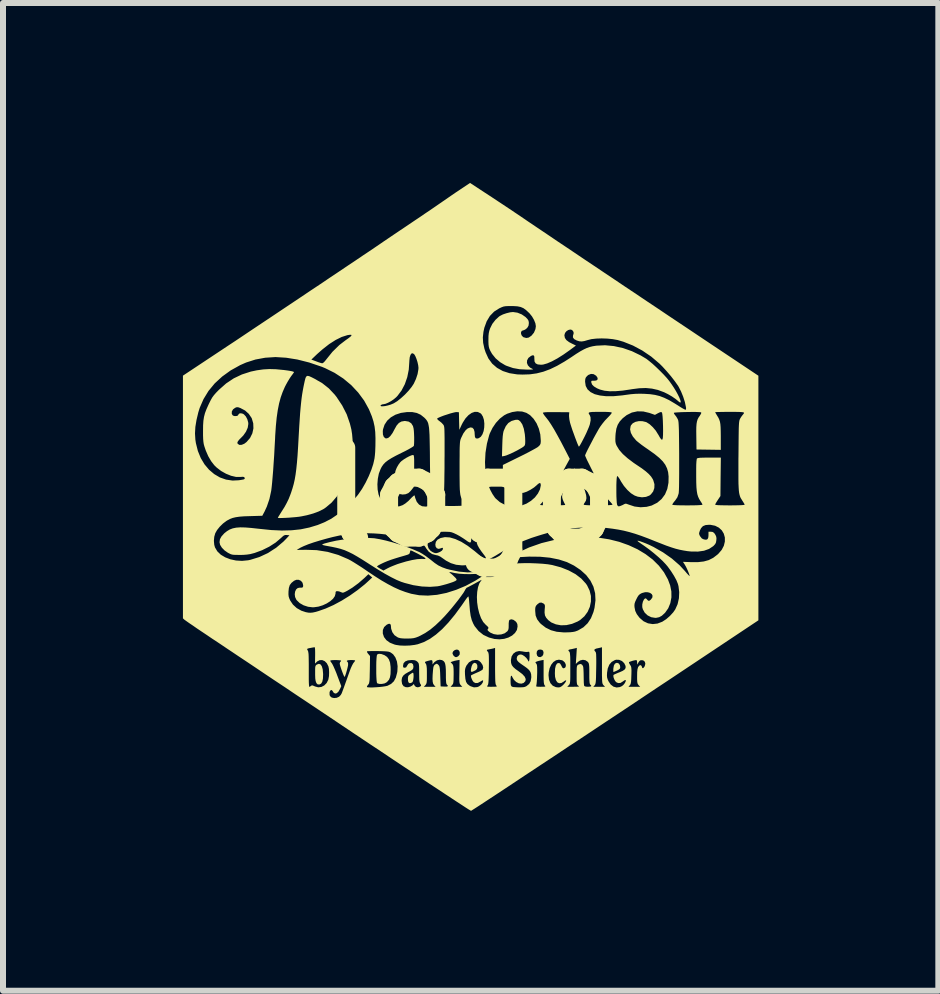
<source format=kicad_pcb>
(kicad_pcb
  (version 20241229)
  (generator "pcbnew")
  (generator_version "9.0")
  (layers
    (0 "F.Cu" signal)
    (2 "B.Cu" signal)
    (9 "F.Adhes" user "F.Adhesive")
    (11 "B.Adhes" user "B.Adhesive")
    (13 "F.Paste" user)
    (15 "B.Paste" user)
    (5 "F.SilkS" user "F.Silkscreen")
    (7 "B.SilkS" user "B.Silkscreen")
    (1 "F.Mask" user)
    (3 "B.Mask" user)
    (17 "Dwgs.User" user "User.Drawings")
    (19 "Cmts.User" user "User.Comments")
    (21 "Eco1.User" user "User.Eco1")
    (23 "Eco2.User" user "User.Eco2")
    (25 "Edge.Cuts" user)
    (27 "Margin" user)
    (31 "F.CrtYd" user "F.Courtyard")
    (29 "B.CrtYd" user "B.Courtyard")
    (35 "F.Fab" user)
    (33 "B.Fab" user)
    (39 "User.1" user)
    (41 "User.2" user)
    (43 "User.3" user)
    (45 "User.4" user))
  (footprint "logo"
    (layer "F.Cu")
    (at 4.794 5.235)
    (property "Reference" "logo" (at 0 0 0) (layer "F.SilkS") (effects (font (size 1.5 1.5) (thickness 0.3))))
    (attr board_only exclude_from_pos_files exclude_from_bom)
    (fp_poly (pts (xy 0.097 2.776) (xy 0.113 2.804) (xy 0.115 2.839) (xy 0.107 2.868) (xy 0.087 2.888) (xy 0.07 2.897) (xy 0.034 2.914) (xy 0.014 2.916) (xy 0.006 2.903) (xy 0.008 2.873) (xy 0.008 2.869) (xy 0.02 2.819) (xy 0.038 2.783) (xy 0.062 2.767) (xy 0.069 2.766)) (stroke (width 0) (type solid)) (fill yes) (layer "F.SilkS"))
    (fp_poly (pts (xy 2.473 2.777) (xy 2.491 2.805) (xy 2.497 2.84) (xy 2.492 2.861) (xy 2.473 2.878) (xy 2.444 2.894) (xy 2.412 2.908) (xy 2.39 2.917) (xy 2.384 2.919) (xy 2.381 2.908) (xy 2.381 2.881) (xy 2.382 2.86) (xy 2.391 2.81) (xy 2.409 2.779) (xy 2.435 2.767) (xy 2.445 2.766)) (stroke (width 0) (type solid)) (fill yes) (layer "F.SilkS"))
    (fp_poly (pts (xy -0.952 2.941) (xy -0.949 2.967) (xy -0.949 3.002) (xy -0.953 3.038) (xy -0.959 3.069) (xy -0.968 3.088) (xy -0.994 3.103) (xy -1.019 3.104) (xy -1.036 3.088) (xy -1.036 3.088) (xy -1.042 3.059) (xy -1.043 3.024) (xy -1.039 2.993) (xy -1.034 2.982) (xy -1.018 2.966) (xy -0.993 2.948) (xy -0.97 2.934) (xy -0.959 2.93)) (stroke (width 0) (type solid)) (fill yes) (layer "F.SilkS"))
    (fp_poly (pts (xy -2.5 2.792) (xy -2.479 2.822) (xy -2.464 2.873) (xy -2.458 2.941) (xy -2.457 2.959) (xy -2.46 3.03) (xy -2.471 3.081) (xy -2.49 3.112) (xy -2.518 3.127) (xy -2.522 3.127) (xy -2.548 3.125) (xy -2.566 3.107) (xy -2.572 3.096) (xy -2.582 3.067) (xy -2.588 3.025) (xy -2.59 2.965) (xy -2.59 2.937) (xy -2.59 2.882) (xy -2.589 2.845) (xy -2.585 2.822) (xy -2.578 2.808) (xy -2.567 2.798) (xy -2.56 2.794) (xy -2.527 2.782)) (stroke (width 0) (type solid)) (fill yes) (layer "F.SilkS"))
    (fp_poly (pts (xy -1.486 2.619) (xy -1.434 2.638) (xy -1.391 2.667) (xy -1.361 2.707) (xy -1.341 2.761) (xy -1.332 2.833) (xy -1.331 2.883) (xy -1.333 2.954) (xy -1.342 3.006) (xy -1.358 3.046) (xy -1.385 3.078) (xy -1.402 3.093) (xy -1.433 3.109) (xy -1.474 3.117) (xy -1.515 3.118) (xy -1.547 3.11) (xy -1.557 3.104) (xy -1.562 3.087) (xy -1.566 3.051) (xy -1.569 3.002) (xy -1.571 2.942) (xy -1.571 2.877) (xy -1.571 2.811) (xy -1.57 2.749) (xy -1.567 2.695) (xy -1.563 2.654) (xy -1.558 2.631) (xy -1.557 2.628) (xy -1.528 2.615)) (stroke (width 0) (type solid)) (fill yes) (layer "F.SilkS"))
    (fp_poly (pts (xy 0.805 -1.28) (xy 0.831 -1.258) (xy 0.864 -1.209) (xy 0.889 -1.138) (xy 0.906 -1.046) (xy 0.911 -0.988) (xy 0.913 -0.932) (xy 0.912 -0.894) (xy 0.908 -0.869) (xy 0.9 -0.853) (xy 0.882 -0.837) (xy 0.848 -0.815) (xy 0.801 -0.788) (xy 0.748 -0.76) (xy 0.693 -0.733) (xy 0.641 -0.71) (xy 0.597 -0.692) (xy 0.566 -0.683) (xy 0.565 -0.683) (xy 0.525 -0.676) (xy 0.53 -0.863) (xy 0.533 -0.945) (xy 0.537 -1.007) (xy 0.543 -1.055) (xy 0.55 -1.091) (xy 0.556 -1.108) (xy 0.589 -1.18) (xy 0.631 -1.233) (xy 0.685 -1.267) (xy 0.748 -1.285) (xy 0.782 -1.287)) (stroke (width 0) (type solid)) (fill yes) (layer "F.SilkS"))
    (fp_poly (pts (xy -0.954 -0.699) (xy -0.948 -0.694) (xy -0.944 -0.682) (xy -0.941 -0.66) (xy -0.939 -0.625) (xy -0.939 -0.576) (xy -0.939 -0.508) (xy -0.94 -0.43) (xy -0.944 -0.168) (xy -0.977 -0.125) (xy -1.003 -0.094) (xy -1.03 -0.069) (xy -1.038 -0.063) (xy -1.082 -0.045) (xy -1.132 -0.04) (xy -1.177 -0.048) (xy -1.187 -0.053) (xy -1.212 -0.075) (xy -1.237 -0.108) (xy -1.244 -0.119) (xy -1.255 -0.144) (xy -1.261 -0.169) (xy -1.265 -0.2) (xy -1.265 -0.243) (xy -1.264 -0.298) (xy -1.261 -0.358) (xy -1.257 -0.402) (xy -1.25 -0.436) (xy -1.238 -0.467) (xy -1.225 -0.496) (xy -1.2 -0.539) (xy -1.171 -0.578) (xy -1.15 -0.598) (xy -1.113 -0.625) (xy -1.07 -0.652) (xy -1.027 -0.675) (xy -0.989 -0.692) (xy -0.962 -0.699)) (stroke (width 0) (type solid)) (fill yes) (layer "F.SilkS"))
    (fp_poly (pts (xy -2.688 -2.013) (xy -2.646 -1.994) (xy -2.601 -1.971) (xy -2.472 -1.897) (xy -2.362 -1.81) (xy -2.264 -1.706) (xy -2.234 -1.668) (xy -2.139 -1.525) (xy -2.064 -1.378) (xy -2.01 -1.222) (xy -1.986 -1.125) (xy -1.974 -1.047) (xy -1.966 -0.954) (xy -1.963 -0.853) (xy -1.965 -0.753) (xy -1.972 -0.66) (xy -1.983 -0.582) (xy -1.985 -0.575) (xy -2.028 -0.413) (xy -2.083 -0.263) (xy -2.15 -0.127) (xy -2.228 -0.008) (xy -2.315 0.094) (xy -2.411 0.175) (xy -2.456 0.205) (xy -2.53 0.242) (xy -2.622 0.276) (xy -2.727 0.305) (xy -2.815 0.323) (xy -2.857 0.33) (xy -2.911 0.336) (xy -2.97 0.341) (xy -3.031 0.346) (xy -3.09 0.349) (xy -3.142 0.351) (xy -3.182 0.352) (xy -3.206 0.35) (xy -3.212 0.348) (xy -3.206 0.336) (xy -3.189 0.308) (xy -3.166 0.271) (xy -3.149 0.244) (xy -3.1 0.167) (xy -3.063 0.099) (xy -3.031 0.033) (xy -3.002 -0.041) (xy -2.99 -0.074) (xy -2.967 -0.145) (xy -2.947 -0.216) (xy -2.93 -0.292) (xy -2.916 -0.374) (xy -2.904 -0.466) (xy -2.893 -0.572) (xy -2.883 -0.694) (xy -2.874 -0.836) (xy -2.872 -0.873) (xy -2.863 -1.034) (xy -2.855 -1.174) (xy -2.847 -1.295) (xy -2.84 -1.4) (xy -2.832 -1.491) (xy -2.824 -1.571) (xy -2.816 -1.642) (xy -2.807 -1.707) (xy -2.797 -1.767) (xy -2.786 -1.826) (xy -2.776 -1.876) (xy -2.762 -1.94) (xy -2.75 -1.985) (xy -2.736 -2.01) (xy -2.716 -2.019)) (stroke (width 0) (type solid)) (fill yes) (layer "F.SilkS"))
    (fp_poly (pts (xy 0.234 -5.077) (xy 0.352 -5) (xy 0.456 -4.931) (xy 0.55 -4.869) (xy 0.64 -4.809) (xy 0.731 -4.748) (xy 0.828 -4.683) (xy 0.935 -4.61) (xy 0.97 -4.586) (xy 1.033 -4.544) (xy 1.114 -4.489) (xy 1.211 -4.424) (xy 1.324 -4.348) (xy 1.449 -4.263) (xy 1.587 -4.171) (xy 1.736 -4.071) (xy 1.893 -3.965) (xy 2.058 -3.855) (xy 2.229 -3.74) (xy 2.404 -3.623) (xy 2.582 -3.503) (xy 2.762 -3.383) (xy 2.942 -3.262) (xy 3.121 -3.143) (xy 3.296 -3.025) (xy 3.467 -2.911) (xy 3.632 -2.801) (xy 3.79 -2.695) (xy 3.938 -2.596) (xy 3.956 -2.584) (xy 4.8 -2.021) (xy 4.8 0.018) (xy 4.8 2.057) (xy 3.563 2.881) (xy 3.329 3.037) (xy 3.104 3.186) (xy 2.888 3.33) (xy 2.677 3.471) (xy 2.469 3.609) (xy 2.262 3.746) (xy 2.053 3.885) (xy 1.841 4.026) (xy 1.622 4.17) (xy 1.395 4.321) (xy 1.157 4.478) (xy 0.906 4.644) (xy 0.64 4.821) (xy 0.425 4.963) (xy 0.338 5.02) (xy 0.256 5.074) (xy 0.183 5.122) (xy 0.12 5.163) (xy 0.069 5.196) (xy 0.032 5.219) (xy 0.012 5.232) (xy 0.009 5.233) (xy -0.002 5.227) (xy -0.032 5.209) (xy -0.079 5.179) (xy -0.143 5.137) (xy -0.223 5.085) (xy -0.317 5.023) (xy -0.425 4.952) (xy -0.546 4.872) (xy -0.68 4.784) (xy -0.824 4.688) (xy -0.978 4.586) (xy -1.142 4.477) (xy -1.313 4.363) (xy -1.492 4.243) (xy -1.678 4.12) (xy -1.869 3.992) (xy -1.934 3.949) (xy -2.134 3.815) (xy -2.332 3.682) (xy -2.528 3.551) (xy -2.721 3.422) (xy -2.909 3.297) (xy -2.964 3.26) (xy -2.35 3.26) (xy -2.349 3.303) (xy -2.339 3.323) (xy -2.313 3.345) (xy -2.274 3.353) (xy -2.231 3.349) (xy -2.193 3.332) (xy -2.189 3.329) (xy -2.163 3.302) (xy -2.147 3.274) (xy -2.135 3.242) (xy -2.117 3.193) (xy -2.108 3.169) (xy -1.727 3.169) (xy -1.726 3.17) (xy -1.71 3.174) (xy -1.675 3.176) (xy -1.628 3.176) (xy -1.573 3.173) (xy -1.517 3.169) (xy -1.463 3.163) (xy -1.418 3.156) (xy -1.386 3.149) (xy -1.383 3.148) (xy -1.323 3.117) (xy -1.277 3.073) (xy -1.275 3.069) (xy -1.148 3.069) (xy -1.14 3.119) (xy -1.116 3.155) (xy -1.078 3.172) (xy -1.041 3.173) (xy -1.004 3.163) (xy -0.973 3.146) (xy -0.969 3.143) (xy -0.945 3.119) (xy -0.932 3.145) (xy -0.91 3.167) (xy -0.877 3.174) (xy -0.846 3.165) (xy -0.778 3.165) (xy -0.68 3.165) (xy -0.582 3.165) (xy -0.332 3.165) (xy -0.234 3.165) (xy -0.137 3.165) (xy -0.163 3.137) (xy -0.172 3.126) (xy -0.179 3.113) (xy -0.183 3.095) (xy -0.186 3.069) (xy -0.187 3.029) (xy -0.186 2.973) (xy -0.185 2.913) (xy -0.185 2.902) (xy -0.093 2.902) (xy -0.092 2.948) (xy -0.091 2.968) (xy -0.085 3.034) (xy -0.074 3.082) (xy -0.053 3.117) (xy -0.021 3.143) (xy 0.001 3.156) (xy 0.058 3.175) (xy 0.114 3.17) (xy 0.141 3.159) (xy 0.177 3.132) (xy 0.202 3.099) (xy 0.211 3.069) (xy 0.209 3.058) (xy 0.198 3.059) (xy 0.175 3.073) (xy 0.168 3.077) (xy 0.123 3.101) (xy 0.084 3.103) (xy 0.055 3.089) (xy 0.038 3.069) (xy 0.023 3.04) (xy 0.011 3.008) (xy 0.007 2.984) (xy 0.01 2.975) (xy 0.024 2.967) (xy 0.053 2.953) (xy 0.093 2.935) (xy 0.105 2.93) (xy 0.148 2.911) (xy 0.181 2.893) (xy 0.2 2.881) (xy 0.202 2.879) (xy 0.212 2.844) (xy 0.202 2.803) (xy 0.175 2.762) (xy 0.173 2.759) (xy 0.144 2.733) (xy 0.117 2.72) (xy 0.085 2.717) (xy 0.025 2.727) (xy -0.026 2.758) (xy -0.066 2.81) (xy -0.068 2.813) (xy -0.081 2.842) (xy -0.089 2.869) (xy -0.093 2.902) (xy -0.185 2.902) (xy -0.182 2.717) (xy -0.225 2.724) (xy -0.264 2.732) (xy -0.299 2.743) (xy -0.3 2.743) (xy -0.332 2.755) (xy -0.306 2.782) (xy -0.296 2.795) (xy -0.289 2.811) (xy -0.285 2.833) (xy -0.282 2.868) (xy -0.281 2.918) (xy -0.281 2.96) (xy -0.282 3.022) (xy -0.283 3.066) (xy -0.286 3.096) (xy -0.291 3.115) (xy -0.3 3.129) (xy -0.307 3.138) (xy -0.332 3.165) (xy -0.582 3.165) (xy -0.607 3.138) (xy -0.622 3.115) (xy -0.63 3.082) (xy -0.633 3.034) (xy -0.631 2.969) (xy -0.625 2.891) (xy -0.62 2.846) (xy -0.612 2.818) (xy -0.6 2.801) (xy -0.589 2.793) (xy -0.568 2.781) (xy -0.552 2.785) (xy -0.535 2.8) (xy -0.525 2.812) (xy -0.518 2.827) (xy -0.513 2.85) (xy -0.509 2.884) (xy -0.506 2.934) (xy -0.504 2.992) (xy -0.498 3.159) (xy -0.437 3.162) (xy -0.396 3.162) (xy -0.377 3.155) (xy -0.38 3.142) (xy -0.393 3.13) (xy -0.4 3.119) (xy -0.405 3.099) (xy -0.408 3.065) (xy -0.41 3.015) (xy -0.41 2.955) (xy -0.411 2.879) (xy -0.415 2.823) (xy -0.422 2.783) (xy -0.433 2.755) (xy -0.449 2.736) (xy -0.472 2.722) (xy -0.472 2.721) (xy -0.514 2.714) (xy -0.558 2.724) (xy -0.598 2.751) (xy -0.609 2.763) (xy -0.633 2.793) (xy -0.633 2.756) (xy -0.635 2.733) (xy -0.644 2.722) (xy -0.664 2.722) (xy -0.701 2.731) (xy -0.708 2.733) (xy -0.742 2.743) (xy -0.758 2.751) (xy -0.758 2.761) (xy -0.748 2.777) (xy -0.745 2.78) (xy -0.737 2.797) (xy -0.732 2.822) (xy -0.728 2.86) (xy -0.727 2.914) (xy -0.727 2.959) (xy -0.727 3.022) (xy -0.728 3.066) (xy -0.731 3.095) (xy -0.737 3.115) (xy -0.745 3.129) (xy -0.752 3.138) (xy -0.778 3.165) (xy -0.846 3.165) (xy -0.844 3.164) (xy -0.839 3.161) (xy -0.824 3.148) (xy -0.825 3.134) (xy -0.836 3.117) (xy -0.844 3.101) (xy -0.85 3.077) (xy -0.854 3.042) (xy -0.855 2.991) (xy -0.856 2.933) (xy -0.856 2.87) (xy -0.857 2.825) (xy -0.86 2.795) (xy -0.864 2.776) (xy -0.872 2.762) (xy -0.884 2.749) (xy -0.884 2.748) (xy -0.907 2.731) (xy -0.933 2.722) (xy -0.973 2.719) (xy -0.979 2.719) (xy -1.044 2.725) (xy -1.089 2.743) (xy -1.116 2.773) (xy -1.125 2.817) (xy -1.125 2.82) (xy -1.12 2.842) (xy -1.1 2.848) (xy -1.097 2.848) (xy -1.073 2.841) (xy -1.057 2.815) (xy -1.057 2.814) (xy -1.036 2.782) (xy -1.014 2.771) (xy -0.98 2.771) (xy -0.958 2.79) (xy -0.951 2.826) (xy -0.952 2.836) (xy -0.955 2.858) (xy -0.964 2.874) (xy -0.983 2.89) (xy -1.016 2.91) (xy -1.036 2.92) (xy -1.089 2.951) (xy -1.122 2.98) (xy -1.141 3.013) (xy -1.148 3.054) (xy -1.148 3.069) (xy -1.275 3.069) (xy -1.245 3.013) (xy -1.224 2.935) (xy -1.219 2.908) (xy -1.215 2.822) (xy -1.226 2.744) (xy -1.252 2.676) (xy -1.29 2.623) (xy -1.32 2.601) (xy -0.3 2.601) (xy -0.298 2.617) (xy -0.282 2.647) (xy -0.258 2.667) (xy -0.241 2.672) (xy -0.222 2.666) (xy -0.202 2.654) (xy -0.18 2.626) (xy -0.179 2.59) (xy -0.188 2.566) (xy -0.201 2.554) (xy 0.272 2.554) (xy 0.279 2.569) (xy 0.289 2.581) (xy 0.296 2.59) (xy 0.3 2.605) (xy 0.304 2.627) (xy 0.306 2.66) (xy 0.307 2.707) (xy 0.307 2.771) (xy 0.306 2.855) (xy 0.306 2.863) (xy 0.305 2.95) (xy 0.303 3.017) (xy 0.301 3.066) (xy 0.298 3.101) (xy 0.294 3.124) (xy 0.289 3.138) (xy 0.284 3.144) (xy 0.277 3.154) (xy 0.279 3.161) (xy 0.295 3.164) (xy 0.328 3.165) (xy 0.357 3.165) (xy 0.403 3.164) (xy 0.429 3.163) (xy 0.438 3.159) (xy 0.436 3.151) (xy 0.43 3.143) (xy 0.424 3.134) (xy 0.419 3.12) (xy 0.416 3.098) (xy 0.413 3.066) (xy 0.413 3.05) (xy 0.668 3.05) (xy 0.669 3.104) (xy 0.673 3.139) (xy 0.685 3.159) (xy 0.708 3.169) (xy 0.748 3.172) (xy 0.789 3.174) (xy 0.844 3.174) (xy 0.882 3.172) (xy 0.909 3.166) (xy 0.932 3.155) (xy 0.934 3.154) (xy 0.978 3.118) (xy 1.003 3.073) (xy 1.013 3.015) (xy 1.014 3.001) (xy 1.011 2.956) (xy 1 2.92) (xy 0.978 2.887) (xy 0.942 2.854) (xy 0.888 2.815) (xy 0.887 2.815) (xy 0.837 2.78) (xy 0.817 2.764) (xy 1.084 2.764) (xy 1.095 2.777) (xy 1.103 2.789) (xy 1.108 2.806) (xy 1.111 2.833) (xy 1.112 2.874) (xy 1.112 2.933) (xy 1.111 2.961) (xy 1.109 3.022) (xy 1.106 3.076) (xy 1.102 3.117) (xy 1.098 3.141) (xy 1.097 3.144) (xy 1.095 3.155) (xy 1.101 3.161) (xy 1.122 3.164) (xy 1.161 3.165) (xy 1.173 3.165) (xy 1.216 3.164) (xy 1.24 3.163) (xy 1.248 3.158) (xy 1.244 3.149) (xy 1.238 3.143) (xy 1.231 3.132) (xy 1.226 3.115) (xy 1.222 3.088) (xy 1.22 3.048) (xy 1.219 2.992) (xy 1.219 2.972) (xy 1.301 2.972) (xy 1.309 3.047) (xy 1.333 3.105) (xy 1.371 3.147) (xy 1.423 3.171) (xy 1.464 3.176) (xy 1.493 3.172) (xy 1.505 3.165) (xy 1.613 3.165) (xy 1.718 3.165) (xy 1.767 3.164) (xy 1.796 3.163) (xy 1.808 3.16) (xy 1.806 3.154) (xy 1.796 3.146) (xy 1.785 3.138) (xy 1.778 3.126) (xy 1.774 3.108) (xy 1.771 3.079) (xy 1.77 3.034) (xy 1.77 2.971) (xy 1.77 2.907) (xy 1.771 2.863) (xy 1.773 2.834) (xy 1.778 2.816) (xy 1.785 2.805) (xy 1.796 2.797) (xy 1.798 2.796) (xy 1.831 2.784) (xy 1.859 2.795) (xy 1.876 2.821) (xy 1.881 2.844) (xy 1.884 2.884) (xy 1.886 2.936) (xy 1.887 2.989) (xy 1.888 3.045) (xy 1.889 3.094) (xy 1.892 3.129) (xy 1.894 3.146) (xy 1.907 3.159) (xy 1.937 3.164) (xy 1.959 3.165) (xy 2.048 3.165) (xy 2.145 3.165) (xy 2.243 3.165) (xy 2.217 3.138) (xy 2.21 3.129) (xy 2.204 3.118) (xy 2.199 3.103) (xy 2.196 3.081) (xy 2.194 3.049) (xy 2.193 3.003) (xy 2.192 2.978) (xy 2.275 2.978) (xy 2.278 3.012) (xy 2.288 3.045) (xy 2.302 3.075) (xy 2.338 3.128) (xy 2.384 3.163) (xy 2.436 3.177) (xy 2.49 3.17) (xy 2.501 3.165) (xy 2.634 3.165) (xy 2.731 3.165) (xy 2.829 3.165) (xy 2.803 3.138) (xy 2.792 3.123) (xy 2.784 3.105) (xy 2.78 3.078) (xy 2.778 3.038) (xy 2.778 2.991) (xy 2.779 2.923) (xy 2.784 2.874) (xy 2.793 2.842) (xy 2.796 2.835) (xy 2.816 2.81) (xy 2.837 2.804) (xy 2.853 2.818) (xy 2.858 2.834) (xy 2.866 2.854) (xy 2.881 2.853) (xy 2.898 2.832) (xy 2.905 2.821) (xy 2.915 2.781) (xy 2.907 2.748) (xy 2.882 2.726) (xy 2.862 2.722) (xy 2.835 2.723) (xy 2.816 2.736) (xy 2.802 2.757) (xy 2.778 2.796) (xy 2.778 2.757) (xy 2.775 2.732) (xy 2.766 2.719) (xy 2.766 2.719) (xy 2.741 2.723) (xy 2.709 2.73) (xy 2.675 2.741) (xy 2.65 2.75) (xy 2.642 2.756) (xy 2.645 2.771) (xy 2.658 2.795) (xy 2.661 2.8) (xy 2.672 2.816) (xy 2.679 2.834) (xy 2.682 2.858) (xy 2.684 2.894) (xy 2.683 2.947) (xy 2.682 2.974) (xy 2.68 3.037) (xy 2.677 3.08) (xy 2.672 3.109) (xy 2.665 3.128) (xy 2.656 3.14) (xy 2.634 3.165) (xy 2.501 3.165) (xy 2.526 3.153) (xy 2.551 3.132) (xy 2.573 3.104) (xy 2.587 3.076) (xy 2.589 3.055) (xy 2.587 3.052) (xy 2.574 3.054) (xy 2.552 3.068) (xy 2.543 3.075) (xy 2.501 3.101) (xy 2.462 3.103) (xy 2.429 3.088) (xy 2.411 3.067) (xy 2.395 3.036) (xy 2.384 3.004) (xy 2.382 2.977) (xy 2.386 2.967) (xy 2.402 2.958) (xy 2.433 2.944) (xy 2.474 2.927) (xy 2.483 2.924) (xy 2.537 2.9) (xy 2.571 2.877) (xy 2.586 2.852) (xy 2.586 2.822) (xy 2.586 2.819) (xy 2.563 2.772) (xy 2.526 2.736) (xy 2.479 2.716) (xy 2.429 2.714) (xy 2.407 2.72) (xy 2.353 2.751) (xy 2.314 2.797) (xy 2.288 2.861) (xy 2.277 2.931) (xy 2.275 2.978) (xy 2.192 2.978) (xy 2.192 2.942) (xy 2.192 2.861) (xy 2.192 2.808) (xy 2.192 2.506) (xy 2.161 2.514) (xy 2.125 2.522) (xy 2.097 2.528) (xy 2.07 2.54) (xy 2.065 2.558) (xy 2.081 2.579) (xy 2.087 2.587) (xy 2.092 2.601) (xy 2.095 2.624) (xy 2.096 2.659) (xy 2.097 2.709) (xy 2.097 2.777) (xy 2.096 2.855) (xy 2.094 2.94) (xy 2.093 3.006) (xy 2.091 3.054) (xy 2.088 3.088) (xy 2.084 3.111) (xy 2.079 3.126) (xy 2.073 3.137) (xy 2.07 3.14) (xy 2.048 3.165) (xy 1.959 3.165) (xy 1.997 3.162) (xy 2.014 3.154) (xy 2.01 3.14) (xy 1.998 3.13) (xy 1.991 3.119) (xy 1.986 3.1) (xy 1.983 3.067) (xy 1.981 3.019) (xy 1.981 2.95) (xy 1.981 2.947) (xy 1.981 2.881) (xy 1.98 2.833) (xy 1.977 2.801) (xy 1.973 2.779) (xy 1.966 2.763) (xy 1.956 2.75) (xy 1.954 2.748) (xy 1.918 2.723) (xy 1.874 2.715) (xy 1.828 2.726) (xy 1.791 2.751) (xy 1.756 2.784) (xy 1.765 2.65) (xy 1.773 2.516) (xy 1.745 2.524) (xy 1.714 2.531) (xy 1.677 2.539) (xy 1.673 2.539) (xy 1.641 2.547) (xy 1.631 2.558) (xy 1.641 2.573) (xy 1.647 2.579) (xy 1.653 2.587) (xy 1.657 2.603) (xy 1.66 2.629) (xy 1.663 2.668) (xy 1.664 2.723) (xy 1.664 2.797) (xy 1.664 2.852) (xy 1.664 2.936) (xy 1.664 3) (xy 1.663 3.048) (xy 1.661 3.081) (xy 1.657 3.104) (xy 1.653 3.119) (xy 1.646 3.13) (xy 1.639 3.138) (xy 1.613 3.165) (xy 1.505 3.165) (xy 1.522 3.155) (xy 1.549 3.131) (xy 1.575 3.101) (xy 1.591 3.076) (xy 1.596 3.06) (xy 1.588 3.057) (xy 1.567 3.068) (xy 1.558 3.076) (xy 1.516 3.102) (xy 1.478 3.106) (xy 1.447 3.09) (xy 1.424 3.053) (xy 1.41 2.999) (xy 1.407 2.941) (xy 1.41 2.865) (xy 1.422 2.812) (xy 1.441 2.78) (xy 1.454 2.772) (xy 1.479 2.769) (xy 1.497 2.782) (xy 1.515 2.813) (xy 1.518 2.821) (xy 1.536 2.851) (xy 1.555 2.858) (xy 1.58 2.844) (xy 1.59 2.819) (xy 1.587 2.788) (xy 1.57 2.756) (xy 1.542 2.731) (xy 1.527 2.723) (xy 1.475 2.713) (xy 1.426 2.723) (xy 1.382 2.752) (xy 1.346 2.797) (xy 1.319 2.856) (xy 1.304 2.927) (xy 1.301 2.972) (xy 1.219 2.972) (xy 1.219 2.919) (xy 1.219 2.717) (xy 1.177 2.725) (xy 1.139 2.733) (xy 1.106 2.743) (xy 1.105 2.744) (xy 1.085 2.753) (xy 1.084 2.764) (xy 0.817 2.764) (xy 0.803 2.753) (xy 0.783 2.731) (xy 0.773 2.711) (xy 0.771 2.689) (xy 0.771 2.688) (xy 0.781 2.654) (xy 0.808 2.632) (xy 0.84 2.626) (xy 0.866 2.634) (xy 0.899 2.655) (xy 0.93 2.683) (xy 0.951 2.711) (xy 0.956 2.72) (xy 0.965 2.741) (xy 0.974 2.741) (xy 0.981 2.72) (xy 0.984 2.681) (xy 0.985 2.659) (xy 0.984 2.616) (xy 0.984 2.61) (xy 1.102 2.61) (xy 1.111 2.646) (xy 1.133 2.667) (xy 1.164 2.671) (xy 1.197 2.654) (xy 1.198 2.653) (xy 1.214 2.625) (xy 1.218 2.591) (xy 1.209 2.562) (xy 1.205 2.558) (xy 1.183 2.547) (xy 1.16 2.544) (xy 1.126 2.551) (xy 1.107 2.576) (xy 1.102 2.61) (xy 0.984 2.61) (xy 0.982 2.592) (xy 0.976 2.582) (xy 0.965 2.581) (xy 0.956 2.583) (xy 0.927 2.585) (xy 0.888 2.58) (xy 0.875 2.577) (xy 0.811 2.569) (xy 0.757 2.582) (xy 0.714 2.613) (xy 0.685 2.66) (xy 0.674 2.721) (xy 0.674 2.726) (xy 0.677 2.768) (xy 0.689 2.804) (xy 0.713 2.836) (xy 0.751 2.87) (xy 0.803 2.907) (xy 0.865 2.954) (xy 0.905 2.998) (xy 0.921 3.037) (xy 0.915 3.071) (xy 0.886 3.101) (xy 0.885 3.102) (xy 0.847 3.113) (xy 0.805 3.107) (xy 0.762 3.085) (xy 0.726 3.051) (xy 0.703 3.013) (xy 0.689 2.985) (xy 0.678 2.98) (xy 0.671 2.998) (xy 0.668 3.039) (xy 0.668 3.05) (xy 0.413 3.05) (xy 0.412 3.02) (xy 0.411 2.958) (xy 0.41 2.877) (xy 0.41 2.82) (xy 0.41 2.517) (xy 0.384 2.525) (xy 0.354 2.532) (xy 0.317 2.539) (xy 0.314 2.54) (xy 0.282 2.546) (xy 0.272 2.554) (xy -0.201 2.554) (xy -0.209 2.548) (xy -0.237 2.545) (xy -0.265 2.555) (xy -0.289 2.575) (xy -0.3 2.601) (xy -1.32 2.601) (xy -1.325 2.597) (xy -1.344 2.587) (xy -1.365 2.58) (xy -1.395 2.576) (xy -1.436 2.573) (xy -1.493 2.571) (xy -1.54 2.57) (xy -1.602 2.57) (xy -1.656 2.57) (xy -1.697 2.571) (xy -1.721 2.573) (xy -1.725 2.574) (xy -1.725 2.586) (xy -1.712 2.608) (xy -1.705 2.616) (xy -1.675 2.652) (xy -1.678 2.878) (xy -1.68 2.957) (xy -1.681 3.015) (xy -1.683 3.057) (xy -1.687 3.086) (xy -1.691 3.105) (xy -1.697 3.119) (xy -1.706 3.13) (xy -1.708 3.132) (xy -1.724 3.154) (xy -1.727 3.169) (xy -2.108 3.169) (xy -2.095 3.132) (xy -2.07 3.063) (xy -2.045 2.992) (xy -2.02 2.922) (xy -2.015 2.908) (xy -1.996 2.857) (xy -1.975 2.811) (xy -1.957 2.777) (xy -1.949 2.766) (xy -1.931 2.743) (xy -1.923 2.728) (xy -1.922 2.726) (xy -1.933 2.723) (xy -1.961 2.72) (xy -1.993 2.719) (xy -2.036 2.722) (xy -2.06 2.729) (xy -2.062 2.74) (xy -2.051 2.749) (xy -2.042 2.765) (xy -2.04 2.787) (xy -2.042 2.812) (xy -2.05 2.848) (xy -2.061 2.891) (xy -2.073 2.933) (xy -2.085 2.97) (xy -2.095 2.994) (xy -2.1 3.001) (xy -2.107 2.99) (xy -2.119 2.964) (xy -2.134 2.926) (xy -2.15 2.883) (xy -2.164 2.841) (xy -2.175 2.805) (xy -2.18 2.781) (xy -2.18 2.778) (xy -2.175 2.756) (xy -2.168 2.749) (xy -2.157 2.734) (xy -2.157 2.73) (xy -2.167 2.725) (xy -2.194 2.722) (xy -2.231 2.72) (xy -2.271 2.72) (xy -2.306 2.721) (xy -2.33 2.725) (xy -2.337 2.727) (xy -2.335 2.74) (xy -2.32 2.762) (xy -2.317 2.765) (xy -2.303 2.787) (xy -2.284 2.825) (xy -2.261 2.877) (xy -2.236 2.937) (xy -2.222 2.975) (xy -2.154 3.155) (xy -2.175 3.2) (xy -2.201 3.246) (xy -2.229 3.272) (xy -2.257 3.278) (xy -2.282 3.263) (xy -2.295 3.241) (xy -2.312 3.22) (xy -2.33 3.221) (xy -2.345 3.242) (xy -2.35 3.26) (xy -2.964 3.26) (xy -3.09 3.175) (xy -3.265 3.059) (xy -3.431 2.948) (xy -3.587 2.843) (xy -3.732 2.746) (xy -3.866 2.657) (xy -3.985 2.577) (xy -4.044 2.538) (xy -2.724 2.538) (xy -2.719 2.55) (xy -2.714 2.559) (xy -2.708 2.57) (xy -2.704 2.589) (xy -2.7 2.617) (xy -2.698 2.658) (xy -2.697 2.714) (xy -2.696 2.788) (xy -2.696 2.882) (xy -2.696 2.973) (xy -2.696 3.043) (xy -2.695 3.095) (xy -2.693 3.13) (xy -2.691 3.153) (xy -2.688 3.164) (xy -2.683 3.167) (xy -2.678 3.163) (xy -2.674 3.161) (xy -2.653 3.146) (xy -2.641 3.141) (xy -2.623 3.146) (xy -2.596 3.158) (xy -2.591 3.16) (xy -2.539 3.174) (xy -2.486 3.168) (xy -2.438 3.143) (xy -2.398 3.102) (xy -2.371 3.048) (xy -2.369 3.04) (xy -2.359 2.987) (xy -2.357 2.925) (xy -2.36 2.866) (xy -2.369 2.824) (xy -2.395 2.773) (xy -2.43 2.738) (xy -2.472 2.72) (xy -2.514 2.721) (xy -2.555 2.742) (xy -2.562 2.749) (xy -2.592 2.778) (xy -2.59 2.64) (xy -2.59 2.587) (xy -2.591 2.543) (xy -2.594 2.515) (xy -2.598 2.505) (xy -2.615 2.508) (xy -2.645 2.513) (xy -2.649 2.514) (xy -2.692 2.522) (xy -2.716 2.529) (xy -2.724 2.538) (xy -4.044 2.538) (xy -4.09 2.507) (xy -4.179 2.447) (xy -4.251 2.399) (xy -4.302 2.366) (xy -4.393 2.304) (xy -4.435 2.276) (xy -1.462 2.276) (xy -1.442 2.336) (xy -1.402 2.388) (xy -1.344 2.43) (xy -1.269 2.46) (xy -1.242 2.467) (xy -1.176 2.477) (xy -1.096 2.48) (xy -1.012 2.477) (xy -0.932 2.467) (xy -0.879 2.456) (xy -0.778 2.42) (xy -0.677 2.367) (xy -0.576 2.295) (xy -0.473 2.205) (xy -0.368 2.094) (xy -0.259 1.962) (xy -0.147 1.809) (xy -0.094 1.732) (xy -0.069 1.696) (xy -0.049 1.671) (xy -0.036 1.659) (xy -0.034 1.659) (xy -0.031 1.672) (xy -0.026 1.703) (xy -0.022 1.749) (xy -0.018 1.796) (xy -0.009 1.899) (xy 0.003 1.983) (xy 0.021 2.053) (xy 0.046 2.112) (xy 0.069 2.154) (xy 0.135 2.236) (xy 0.215 2.3) (xy 0.309 2.344) (xy 0.4 2.368) (xy 0.483 2.374) (xy 0.561 2.366) (xy 0.633 2.344) (xy 0.694 2.311) (xy 0.742 2.268) (xy 0.774 2.218) (xy 0.785 2.16) (xy 0.785 2.159) (xy 0.781 2.119) (xy 0.765 2.089) (xy 0.751 2.074) (xy 0.716 2.049) (xy 0.682 2.04) (xy 0.654 2.048) (xy 0.647 2.054) (xy 0.641 2.073) (xy 0.637 2.108) (xy 0.637 2.141) (xy 0.636 2.186) (xy 0.63 2.215) (xy 0.617 2.237) (xy 0.615 2.239) (xy 0.571 2.273) (xy 0.514 2.292) (xy 0.451 2.297) (xy 0.388 2.287) (xy 0.331 2.262) (xy 0.308 2.245) (xy 0.288 2.226) (xy 0.284 2.212) (xy 0.293 2.198) (xy 0.3 2.186) (xy 0.296 2.172) (xy 0.279 2.153) (xy 0.256 2.133) (xy 0.212 2.085) (xy 0.176 2.021) (xy 0.146 1.939) (xy 0.124 1.849) (xy 0.111 1.759) (xy 0.107 1.669) (xy 0.112 1.583) (xy 0.125 1.507) (xy 0.146 1.445) (xy 0.163 1.417) (xy 0.179 1.395) (xy 0.185 1.384) (xy 0.184 1.383) (xy 0.173 1.388) (xy 0.146 1.403) (xy 0.107 1.424) (xy 0.064 1.448) (xy 0.017 1.473) (xy -0.023 1.494) (xy -0.05 1.508) (xy -0.061 1.512) (xy -0.071 1.522) (xy -0.087 1.545) (xy -0.092 1.556) (xy -0.116 1.597) (xy -0.154 1.65) (xy -0.201 1.714) (xy -0.256 1.783) (xy -0.314 1.855) (xy -0.374 1.925) (xy -0.432 1.99) (xy -0.486 2.046) (xy -0.491 2.052) (xy -0.585 2.141) (xy -0.672 2.213) (xy -0.755 2.269) (xy -0.838 2.314) (xy -0.867 2.328) (xy -0.909 2.344) (xy -0.947 2.354) (xy -0.989 2.359) (xy -1.044 2.361) (xy -1.055 2.361) (xy -1.117 2.36) (xy -1.163 2.356) (xy -1.199 2.347) (xy -1.217 2.339) (xy -1.267 2.305) (xy -1.303 2.255) (xy -1.323 2.196) (xy -1.325 2.17) (xy -1.329 2.132) (xy -1.344 2.115) (xy -1.37 2.117) (xy -1.399 2.132) (xy -1.44 2.17) (xy -1.461 2.219) (xy -1.462 2.276) (xy -4.435 2.276) (xy -4.48 2.246) (xy -4.559 2.193) (xy -4.628 2.145) (xy -4.686 2.106) (xy -4.73 2.075) (xy -4.758 2.055) (xy -4.768 2.048) (xy -4.794 2.024) (xy -4.794 1.625) (xy -3.035 1.625) (xy -3.031 1.661) (xy -3.02 1.695) (xy -3.005 1.728) (xy -2.96 1.795) (xy -2.897 1.853) (xy -2.819 1.897) (xy -2.746 1.921) (xy -2.704 1.929) (xy -2.668 1.931) (xy -2.628 1.927) (xy -2.578 1.916) (xy -2.538 1.904) (xy -2.415 1.861) (xy -2.283 1.802) (xy -2.147 1.729) (xy -2.012 1.645) (xy -1.882 1.553) (xy -1.761 1.456) (xy -1.719 1.418) (xy -1.638 1.343) (xy -1.67 1.316) (xy -1.702 1.288) (xy -1.768 1.351) (xy -1.868 1.438) (xy -1.97 1.513) (xy -2.052 1.563) (xy -2.092 1.584) (xy -2.118 1.595) (xy -2.136 1.596) (xy -2.152 1.59) (xy -2.157 1.588) (xy -2.191 1.575) (xy -2.218 1.571) (xy -2.24 1.573) (xy -2.249 1.586) (xy -2.25 1.612) (xy -2.262 1.655) (xy -2.292 1.698) (xy -2.339 1.739) (xy -2.397 1.776) (xy -2.464 1.807) (xy -2.536 1.829) (xy -2.608 1.839) (xy -2.632 1.84) (xy -2.708 1.831) (xy -2.782 1.807) (xy -2.847 1.77) (xy -2.896 1.723) (xy -2.904 1.712) (xy -2.924 1.669) (xy -2.93 1.623) (xy -2.924 1.579) (xy -2.907 1.542) (xy -2.88 1.519) (xy -2.85 1.513) (xy -2.814 1.513) (xy -2.797 1.507) (xy -2.79 1.49) (xy -2.79 1.473) (xy -2.8 1.431) (xy -2.826 1.399) (xy -2.863 1.382) (xy -2.905 1.382) (xy -2.942 1.398) (xy -2.985 1.433) (xy -3.013 1.47) (xy -3.028 1.518) (xy -3.034 1.575) (xy -3.035 1.625) (xy -4.794 1.625) (xy -4.794 0.001) (xy -4.794 -1.059) (xy -4.593 -1.059) (xy -4.587 -0.956) (xy -4.578 -0.897) (xy -4.545 -0.766) (xy -4.497 -0.648) (xy -4.434 -0.543) (xy -4.359 -0.454) (xy -4.273 -0.381) (xy -4.178 -0.325) (xy -4.075 -0.289) (xy -3.967 -0.273) (xy -3.862 -0.278) (xy -3.812 -0.286) (xy -3.781 -0.292) (xy -3.767 -0.3) (xy -3.763 -0.31) (xy -3.767 -0.322) (xy -3.775 -0.332) (xy -3.795 -0.336) (xy -3.83 -0.334) (xy -3.837 -0.333) (xy -3.911 -0.334) (xy -3.992 -0.353) (xy -4.076 -0.387) (xy -4.158 -0.433) (xy -4.232 -0.49) (xy -4.271 -0.528) (xy -4.323 -0.595) (xy -4.372 -0.679) (xy -4.413 -0.773) (xy -4.437 -0.844) (xy -4.447 -0.881) (xy -4.453 -0.92) (xy -4.457 -0.968) (xy -4.459 -1.029) (xy -4.459 -1.102) (xy -4.458 -1.194) (xy -4.453 -1.269) (xy -4.443 -1.334) (xy -4.429 -1.388) (xy -3.98 -1.388) (xy -3.976 -1.378) (xy -3.961 -1.357) (xy -3.937 -1.349) (xy -3.92 -1.348) (xy -3.889 -1.351) (xy -3.874 -1.364) (xy -3.871 -1.371) (xy -3.856 -1.39) (xy -3.828 -1.395) (xy -3.795 -1.387) (xy -3.777 -1.376) (xy -3.746 -1.343) (xy -3.721 -1.296) (xy -3.706 -1.243) (xy -3.704 -1.217) (xy -3.714 -1.154) (xy -3.743 -1.088) (xy -3.787 -1.025) (xy -3.815 -0.996) (xy -3.855 -0.956) (xy -3.878 -0.927) (xy -3.887 -0.905) (xy -3.882 -0.888) (xy -3.879 -0.884) (xy -3.851 -0.867) (xy -3.814 -0.869) (xy -3.771 -0.887) (xy -3.733 -0.916) (xy -3.675 -0.983) (xy -3.637 -1.06) (xy -3.619 -1.143) (xy -3.622 -1.227) (xy -3.646 -1.309) (xy -3.651 -1.319) (xy -3.696 -1.385) (xy -3.758 -1.441) (xy -3.834 -1.481) (xy -3.838 -1.483) (xy -3.873 -1.495) (xy -3.897 -1.496) (xy -3.921 -1.487) (xy -3.922 -1.487) (xy -3.959 -1.46) (xy -3.979 -1.425) (xy -3.98 -1.388) (xy -4.429 -1.388) (xy -4.427 -1.396) (xy -4.403 -1.46) (xy -4.37 -1.534) (xy -4.358 -1.559) (xy -4.33 -1.615) (xy -4.305 -1.659) (xy -4.277 -1.697) (xy -4.242 -1.737) (xy -4.194 -1.786) (xy -4.192 -1.788) (xy -4.073 -1.893) (xy -3.947 -1.977) (xy -3.811 -2.042) (xy -3.662 -2.09) (xy -3.563 -2.111) (xy -3.456 -2.126) (xy -3.353 -2.132) (xy -3.244 -2.129) (xy -3.121 -2.117) (xy -3.117 -2.117) (xy -3.043 -2.107) (xy -2.99 -2.098) (xy -2.957 -2.09) (xy -2.943 -2.082) (xy -2.942 -2.08) (xy -2.949 -2.069) (xy -2.966 -2.045) (xy -2.99 -2.013) (xy -3.015 -1.976) (xy -3.046 -1.925) (xy -3.077 -1.869) (xy -3.095 -1.834) (xy -3.132 -1.749) (xy -3.164 -1.659) (xy -3.191 -1.559) (xy -3.213 -1.448) (xy -3.231 -1.323) (xy -3.245 -1.181) (xy -3.256 -1.02) (xy -3.258 -0.967) (xy -3.266 -0.828) (xy -3.273 -0.693) (xy -3.282 -0.563) (xy -3.29 -0.442) (xy -3.299 -0.333) (xy -3.307 -0.239) (xy -3.315 -0.162) (xy -3.322 -0.105) (xy -3.323 -0.1) (xy -3.352 0.034) (xy -3.395 0.16) (xy -3.434 0.245) (xy -3.471 0.314) (xy -3.678 0.32) (xy -3.774 0.323) (xy -3.851 0.329) (xy -3.913 0.338) (xy -3.964 0.35) (xy -4.009 0.367) (xy -4.052 0.39) (xy -4.069 0.4) (xy -4.126 0.443) (xy -4.18 0.496) (xy -4.225 0.552) (xy -4.255 0.605) (xy -4.272 0.664) (xy -4.278 0.732) (xy -4.272 0.798) (xy -4.26 0.841) (xy -4.221 0.907) (xy -4.163 0.963) (xy -4.089 1.007) (xy -4.003 1.04) (xy -3.909 1.06) (xy -3.809 1.066) (xy -3.706 1.056) (xy -3.669 1.048) (xy -3.52 1.002) (xy -3.376 0.935) (xy -3.296 0.883) (xy -2.895 0.883) (xy -2.884 0.884) (xy -2.854 0.883) (xy -2.81 0.883) (xy -2.755 0.881) (xy -2.752 0.881) (xy -2.565 0.887) (xy -2.381 0.916) (xy -2.204 0.967) (xy -2.04 1.037) (xy -1.998 1.059) (xy -1.943 1.092) (xy -1.878 1.133) (xy -1.809 1.177) (xy -1.74 1.224) (xy -1.735 1.228) (xy -1.602 1.317) (xy -1.484 1.392) (xy -1.376 1.454) (xy -1.277 1.506) (xy -1.182 1.549) (xy -1.088 1.584) (xy -0.993 1.613) (xy -0.99 1.614) (xy -0.855 1.639) (xy -0.71 1.645) (xy -0.558 1.632) (xy -0.4 1.6) (xy -0.24 1.549) (xy -0.079 1.482) (xy 0.08 1.397) (xy 0.141 1.358) (xy 0.175 1.336) (xy 0.255 1.336) (xy 0.322 1.336) (xy 0.363 1.335) (xy 0.39 1.327) (xy 0.413 1.312) (xy 0.423 1.302) (xy 0.448 1.27) (xy 0.457 1.235) (xy 0.457 1.219) (xy 0.457 1.171) (xy 0.397 1.204) (xy 0.354 1.232) (xy 0.313 1.268) (xy 0.296 1.286) (xy 0.255 1.336) (xy 0.175 1.336) (xy 0.184 1.33) (xy 0.222 1.303) (xy 0.248 1.282) (xy 0.253 1.276) (xy 0.268 1.259) (xy 0.267 1.254) (xy 0.252 1.258) (xy 0.181 1.273) (xy 0.094 1.283) (xy -0.002 1.287) (xy -0.098 1.286) (xy -0.189 1.28) (xy -0.267 1.268) (xy -0.29 1.263) (xy -0.324 1.255) (xy -0.346 1.253) (xy -0.352 1.255) (xy -0.343 1.267) (xy -0.341 1.268) (xy -0.327 1.277) (xy -0.302 1.298) (xy -0.276 1.323) (xy -0.246 1.353) (xy -0.232 1.373) (xy -0.233 1.386) (xy -0.235 1.389) (xy -0.254 1.402) (xy -0.29 1.418) (xy -0.34 1.435) (xy -0.397 1.453) (xy -0.456 1.469) (xy -0.512 1.483) (xy -0.551 1.49) (xy -0.675 1.499) (xy -0.811 1.493) (xy -0.954 1.471) (xy -1.097 1.434) (xy -1.158 1.414) (xy -1.232 1.383) (xy -1.324 1.337) (xy -1.431 1.278) (xy -1.552 1.205) (xy -1.627 1.158) (xy -1.559 1.158) (xy -1.55 1.168) (xy -1.526 1.184) (xy -1.505 1.197) (xy -1.451 1.227) (xy -1.379 1.188) (xy -1.336 1.167) (xy -1.28 1.144) (xy -1.218 1.12) (xy -1.184 1.109) (xy -1.074 1.076) (xy -0.973 1.052) (xy -0.887 1.037) (xy -0.817 1.033) (xy -0.804 1.033) (xy -0.768 1.035) (xy -0.751 1.033) (xy -0.75 1.027) (xy -0.758 1.017) (xy -0.774 1.005) (xy -0.805 0.987) (xy -0.846 0.964) (xy -0.891 0.94) (xy -0.934 0.919) (xy -0.97 0.901) (xy -0.994 0.892) (xy -0.999 0.891) (xy -1.005 0.901) (xy -1.01 0.923) (xy -1.015 0.941) (xy -1.026 0.953) (xy -1.051 0.964) (xy -1.09 0.976) (xy -1.187 1.004) (xy -1.265 1.028) (xy -1.329 1.049) (xy -1.383 1.069) (xy -1.431 1.089) (xy -1.462 1.103) (xy -1.505 1.124) (xy -1.538 1.142) (xy -1.556 1.155) (xy -1.559 1.158) (xy -1.627 1.158) (xy -1.687 1.12) (xy -1.688 1.119) (xy -1.793 1.052) (xy -1.883 0.997) (xy -1.961 0.952) (xy -2.032 0.917) (xy -2.098 0.888) (xy -2.164 0.866) (xy -2.234 0.848) (xy -2.31 0.832) (xy -2.382 0.819) (xy -2.425 0.811) (xy -2.457 0.803) (xy -2.472 0.796) (xy -2.473 0.795) (xy -2.463 0.787) (xy -2.437 0.777) (xy -2.423 0.773) (xy -2.381 0.762) (xy -2.339 0.751) (xy -2.333 0.75) (xy -2.239 0.729) (xy -2.133 0.712) (xy -2.018 0.698) (xy -1.902 0.689) (xy -1.791 0.684) (xy -1.689 0.684) (xy -1.604 0.689) (xy -1.598 0.69) (xy -1.511 0.705) (xy -1.408 0.728) (xy -1.296 0.758) (xy -1.181 0.793) (xy -1.067 0.832) (xy -0.96 0.873) (xy -0.867 0.913) (xy -0.851 0.92) (xy -0.804 0.947) (xy -0.748 0.984) (xy -0.693 1.025) (xy -0.668 1.044) (xy -0.598 1.1) (xy -0.536 1.142) (xy -0.472 1.173) (xy -0.4 1.199) (xy -0.346 1.213) (xy -0.191 1.245) (xy -0.047 1.258) (xy 0.09 1.252) (xy 0.223 1.225) (xy 0.355 1.178) (xy 0.449 1.131) (xy 0.542 1.131) (xy 0.545 1.133) (xy 0.609 1.121) (xy 0.691 1.112) (xy 0.787 1.107) (xy 0.89 1.104) (xy 0.998 1.104) (xy 1.104 1.108) (xy 1.204 1.114) (xy 1.292 1.123) (xy 1.362 1.135) (xy 1.508 1.174) (xy 1.638 1.226) (xy 1.752 1.288) (xy 1.847 1.361) (xy 1.923 1.444) (xy 1.944 1.474) (xy 1.986 1.561) (xy 2.008 1.651) (xy 2.008 1.743) (xy 1.99 1.832) (xy 1.953 1.916) (xy 1.899 1.99) (xy 1.828 2.052) (xy 1.786 2.077) (xy 1.693 2.116) (xy 1.599 2.137) (xy 1.508 2.14) (xy 1.423 2.124) (xy 1.347 2.092) (xy 1.297 2.054) (xy 1.262 2.014) (xy 1.242 1.976) (xy 1.235 1.929) (xy 1.237 1.876) (xy 1.241 1.834) (xy 1.24 1.808) (xy 1.234 1.792) (xy 1.221 1.78) (xy 1.218 1.777) (xy 1.182 1.761) (xy 1.15 1.764) (xy 1.116 1.789) (xy 1.113 1.792) (xy 1.093 1.814) (xy 1.083 1.836) (xy 1.079 1.866) (xy 1.079 1.901) (xy 1.086 1.977) (xy 1.111 2.04) (xy 1.155 2.098) (xy 1.175 2.118) (xy 1.254 2.179) (xy 1.341 2.222) (xy 1.438 2.248) (xy 1.548 2.258) (xy 1.6 2.258) (xy 1.662 2.256) (xy 1.708 2.251) (xy 1.744 2.244) (xy 1.777 2.232) (xy 1.796 2.224) (xy 1.883 2.173) (xy 1.954 2.105) (xy 2.009 2.021) (xy 2.05 1.919) (xy 2.068 1.849) (xy 2.084 1.723) (xy 2.078 1.606) (xy 2.05 1.497) (xy 2 1.396) (xy 1.929 1.303) (xy 1.835 1.218) (xy 1.725 1.144) (xy 1.607 1.086) (xy 1.474 1.043) (xy 1.325 1.013) (xy 1.16 0.997) (xy 0.977 0.995) (xy 0.81 1.004) (xy 0.764 1.008) (xy 0.729 1.014) (xy 0.699 1.025) (xy 0.666 1.044) (xy 0.621 1.072) (xy 0.617 1.075) (xy 0.58 1.101) (xy 0.554 1.12) (xy 0.542 1.131) (xy 0.449 1.131) (xy 0.49 1.111) (xy 0.598 1.043) (xy 0.78 0.934) (xy 0.975 0.843) (xy 1.183 0.77) (xy 1.405 0.715) (xy 1.582 0.685) (xy 1.771 0.667) (xy 1.957 0.665) (xy 2.138 0.679) (xy 2.313 0.707) (xy 2.481 0.749) (xy 2.638 0.805) (xy 2.785 0.873) (xy 2.918 0.953) (xy 3.038 1.044) (xy 3.141 1.146) (xy 3.226 1.257) (xy 3.292 1.376) (xy 3.329 1.475) (xy 3.349 1.575) (xy 3.35 1.674) (xy 3.332 1.77) (xy 3.297 1.856) (xy 3.245 1.93) (xy 3.237 1.938) (xy 3.19 1.981) (xy 3.146 2.005) (xy 3.099 2.015) (xy 3.08 2.016) (xy 3.013 2.005) (xy 2.953 1.975) (xy 2.905 1.93) (xy 2.873 1.872) (xy 2.864 1.837) (xy 2.864 1.793) (xy 2.874 1.747) (xy 2.892 1.71) (xy 2.903 1.698) (xy 2.919 1.69) (xy 2.934 1.699) (xy 2.942 1.709) (xy 2.962 1.729) (xy 2.979 1.732) (xy 3.001 1.717) (xy 3.009 1.709) (xy 3.032 1.677) (xy 3.035 1.646) (xy 3.022 1.62) (xy 2.994 1.6) (xy 2.957 1.589) (xy 2.912 1.588) (xy 2.863 1.601) (xy 2.857 1.603) (xy 2.827 1.619) (xy 2.805 1.638) (xy 2.785 1.667) (xy 2.766 1.704) (xy 2.745 1.749) (xy 2.735 1.782) (xy 2.733 1.813) (xy 2.735 1.84) (xy 2.747 1.9) (xy 2.772 1.953) (xy 2.813 2.008) (xy 2.823 2.019) (xy 2.886 2.073) (xy 2.959 2.107) (xy 3.038 2.12) (xy 3.118 2.111) (xy 3.199 2.08) (xy 3.2 2.079) (xy 3.263 2.038) (xy 3.325 1.984) (xy 3.38 1.924) (xy 3.414 1.875) (xy 3.453 1.788) (xy 3.475 1.69) (xy 3.48 1.588) (xy 3.468 1.488) (xy 3.458 1.45) (xy 3.433 1.388) (xy 3.393 1.315) (xy 3.344 1.238) (xy 3.288 1.161) (xy 3.254 1.121) (xy 3.202 1.066) (xy 3.135 1.004) (xy 3.059 0.939) (xy 2.979 0.875) (xy 2.9 0.818) (xy 2.877 0.802) (xy 2.836 0.774) (xy 2.804 0.751) (xy 2.785 0.735) (xy 2.782 0.731) (xy 2.797 0.731) (xy 2.828 0.739) (xy 2.872 0.755) (xy 2.924 0.775) (xy 2.98 0.799) (xy 3.035 0.826) (xy 3.048 0.832) (xy 3.21 0.924) (xy 3.357 1.027) (xy 3.486 1.139) (xy 3.574 1.234) (xy 3.606 1.272) (xy 3.632 1.3) (xy 3.649 1.317) (xy 3.654 1.32) (xy 3.652 1.307) (xy 3.643 1.279) (xy 3.628 1.241) (xy 3.61 1.2) (xy 3.591 1.161) (xy 3.573 1.13) (xy 3.57 1.124) (xy 3.542 1.082) (xy 3.679 1.087) (xy 3.792 1.087) (xy 3.889 1.076) (xy 3.972 1.053) (xy 4.047 1.015) (xy 4.115 0.963) (xy 4.132 0.948) (xy 4.188 0.883) (xy 4.224 0.814) (xy 4.241 0.744) (xy 4.241 0.676) (xy 4.223 0.612) (xy 4.19 0.557) (xy 4.141 0.512) (xy 4.078 0.48) (xy 4.002 0.465) (xy 3.979 0.464) (xy 3.919 0.469) (xy 3.875 0.487) (xy 3.844 0.521) (xy 3.825 0.559) (xy 3.814 0.593) (xy 3.811 0.615) (xy 3.818 0.636) (xy 3.828 0.655) (xy 3.857 0.692) (xy 3.89 0.708) (xy 3.928 0.714) (xy 3.953 0.703) (xy 3.965 0.674) (xy 3.968 0.637) (xy 3.968 0.58) (xy 4.008 0.58) (xy 4.038 0.584) (xy 4.061 0.6) (xy 4.077 0.621) (xy 4.094 0.653) (xy 4.101 0.686) (xy 4.099 0.721) (xy 4.093 0.758) (xy 4.08 0.785) (xy 4.055 0.813) (xy 4.045 0.822) (xy 3.977 0.867) (xy 3.893 0.897) (xy 3.793 0.911) (xy 3.679 0.91) (xy 3.62 0.904) (xy 3.552 0.893) (xy 3.486 0.88) (xy 3.419 0.863) (xy 3.346 0.84) (xy 3.263 0.811) (xy 3.166 0.773) (xy 3.094 0.745) (xy 2.962 0.692) (xy 2.847 0.649) (xy 2.744 0.614) (xy 2.649 0.586) (xy 2.558 0.563) (xy 2.467 0.545) (xy 2.371 0.53) (xy 2.266 0.517) (xy 2.251 0.515) (xy 2.139 0.507) (xy 2.011 0.506) (xy 1.874 0.51) (xy 1.734 0.519) (xy 1.597 0.534) (xy 1.471 0.554) (xy 1.453 0.557) (xy 1.409 0.567) (xy 1.349 0.583) (xy 1.277 0.603) (xy 1.201 0.625) (xy 1.126 0.648) (xy 1.057 0.67) (xy 1.014 0.684) (xy 0.849 0.747) (xy 0.7 0.816) (xy 0.558 0.894) (xy 0.516 0.92) (xy 0.412 0.983) (xy 0.321 1.033) (xy 0.24 1.071) (xy 0.163 1.099) (xy 0.087 1.118) (xy 0.006 1.132) (xy -0.029 1.136) (xy -0.141 1.141) (xy -0.239 1.131) (xy -0.327 1.104) (xy -0.409 1.061) (xy -0.457 1.027) (xy -0.503 0.995) (xy -0.542 0.977) (xy -0.577 0.97) (xy -0.64 0.952) (xy -0.695 0.914) (xy -0.736 0.861) (xy -0.738 0.858) (xy -0.758 0.826) (xy -0.777 0.807) (xy -0.715 0.807) (xy -0.7 0.856) (xy -0.666 0.898) (xy -0.632 0.92) (xy -0.601 0.933) (xy -0.575 0.938) (xy -0.543 0.931) (xy -0.507 0.916) (xy -0.477 0.896) (xy -0.462 0.876) (xy -0.459 0.853) (xy -0.471 0.847) (xy -0.491 0.855) (xy -0.529 0.866) (xy -0.561 0.856) (xy -0.581 0.828) (xy -0.586 0.793) (xy -0.577 0.748) (xy -0.55 0.713) (xy -0.502 0.687) (xy -0.498 0.685) (xy -0.426 0.67) (xy -0.344 0.675) (xy -0.253 0.702) (xy -0.153 0.748) (xy -0.046 0.815) (xy 0.068 0.902) (xy 0.123 0.948) (xy 0.178 0.993) (xy 0.218 1.021) (xy 0.245 1.031) (xy 0.257 1.024) (xy 0.258 1.018) (xy 0.251 1.002) (xy 0.233 0.975) (xy 0.218 0.956) (xy 0.178 0.903) (xy 0.144 0.852) (xy 0.119 0.807) (xy 0.107 0.773) (xy 0.105 0.765) (xy 0.116 0.717) (xy 0.145 0.676) (xy 0.186 0.646) (xy 0.233 0.633) (xy 0.238 0.633) (xy 0.267 0.637) (xy 0.305 0.647) (xy 0.316 0.651) (xy 0.359 0.663) (xy 0.394 0.668) (xy 0.417 0.665) (xy 0.422 0.658) (xy 0.415 0.643) (xy 0.399 0.619) (xy 0.397 0.615) (xy 0.353 0.578) (xy 0.296 0.552) (xy 0.232 0.54) (xy 0.167 0.543) (xy 0.11 0.562) (xy 0.106 0.564) (xy 0.065 0.597) (xy 0.033 0.641) (xy 0.014 0.689) (xy 0.012 0.711) (xy 0.009 0.744) (xy -0.000153 0.759) (xy -0.019 0.758) (xy -0.05 0.74) (xy -0.077 0.72) (xy -0.124 0.688) (xy -0.18 0.653) (xy -0.233 0.624) (xy -0.234 0.624) (xy -0.278 0.603) (xy -0.313 0.59) (xy -0.347 0.583) (xy -0.389 0.581) (xy -0.427 0.58) (xy -0.481 0.581) (xy -0.519 0.584) (xy -0.549 0.592) (xy -0.579 0.606) (xy -0.598 0.615) (xy -0.653 0.655) (xy -0.691 0.703) (xy -0.712 0.755) (xy -0.715 0.807) (xy -0.777 0.807) (xy -0.781 0.802) (xy -0.786 0.799) (xy -0.83 0.777) (xy -0.893 0.753) (xy -0.972 0.728) (xy -1.061 0.702) (xy -1.158 0.678) (xy -1.257 0.655) (xy -1.356 0.636) (xy -1.418 0.625) (xy -1.509 0.615) (xy -1.615 0.608) (xy -1.728 0.605) (xy -1.843 0.606) (xy -1.952 0.611) (xy -2.048 0.62) (xy -2.092 0.626) (xy -2.192 0.645) (xy -2.299 0.669) (xy -2.407 0.697) (xy -2.513 0.727) (xy -2.614 0.758) (xy -2.704 0.789) (xy -2.78 0.82) (xy -2.837 0.847) (xy -2.843 0.851) (xy -2.872 0.868) (xy -2.891 0.88) (xy -2.895 0.883) (xy -3.296 0.883) (xy -3.241 0.848) (xy -3.119 0.745) (xy -3.071 0.696) (xy -3.018 0.639) (xy -3.062 0.635) (xy -3.088 0.635) (xy -3.11 0.642) (xy -3.134 0.661) (xy -3.162 0.687) (xy -3.249 0.761) (xy -3.355 0.829) (xy -3.474 0.888) (xy -3.602 0.935) (xy -3.618 0.939) (xy -3.672 0.953) (xy -3.726 0.961) (xy -3.787 0.966) (xy -3.845 0.967) (xy -3.903 0.966) (xy -3.945 0.965) (xy -3.975 0.961) (xy -4 0.953) (xy -4.026 0.94) (xy -4.044 0.931) (xy -4.1 0.892) (xy -4.145 0.846) (xy -4.174 0.799) (xy -4.184 0.755) (xy -4.177 0.705) (xy -4.152 0.659) (xy -4.108 0.61) (xy -4.102 0.604) (xy -4.059 0.57) (xy -4.014 0.543) (xy -3.964 0.524) (xy -3.906 0.512) (xy -3.837 0.507) (xy -3.754 0.509) (xy -3.655 0.517) (xy -3.536 0.53) (xy -3.517 0.532) (xy -3.323 0.552) (xy -3.146 0.56) (xy -2.983 0.556) (xy -2.831 0.54) (xy -2.687 0.51) (xy -2.548 0.468) (xy -2.437 0.423) (xy -2.322 0.364) (xy -2.206 0.285) (xy -2.091 0.193) (xy -1.983 0.089) (xy -1.886 -0.023) (xy -1.869 -0.045) (xy -1.808 -0.134) (xy -1.764 -0.211) (xy -1.552 -0.211) (xy -1.548 -0.122) (xy -1.533 -0.042) (xy -1.512 0.011) (xy -1.467 0.074) (xy -1.408 0.121) (xy -1.339 0.152) (xy -1.263 0.164) (xy -1.186 0.156) (xy -1.131 0.137) (xy -1.086 0.109) (xy -1.036 0.068) (xy -1.006 0.037) (xy -0.975 0.005) (xy -0.95 -0.017) (xy -0.936 -0.027) (xy -0.934 -0.026) (xy -0.928 -0.01) (xy -0.921 0.018) (xy -0.896 0.081) (xy -0.858 0.127) (xy -0.808 0.155) (xy -0.748 0.161) (xy -0.737 0.16) (xy -0.702 0.153) (xy -0.663 0.141) (xy -0.626 0.126) (xy -0.599 0.111) (xy -0.586 0.099) (xy -0.586 0.098) (xy -0.593 0.086) (xy -0.61 0.063) (xy -0.615 0.057) (xy -0.627 0.041) (xy -0.638 0.025) (xy -0.646 0.006) (xy -0.653 -0.018) (xy -0.659 -0.05) (xy -0.664 -0.09) (xy -0.667 -0.142) (xy -0.67 -0.207) (xy -0.672 -0.288) (xy -0.673 -0.386) (xy -0.675 -0.504) (xy -0.676 -0.604) (xy -0.677 -0.741) (xy -0.679 -0.858) (xy -0.681 -0.955) (xy -0.683 -1.035) (xy -0.687 -1.1) (xy -0.691 -1.152) (xy -0.698 -1.193) (xy -0.705 -1.226) (xy -0.715 -1.252) (xy -0.728 -1.274) (xy -0.742 -1.293) (xy -0.753 -1.305) (xy -0.557 -1.305) (xy -0.548 -1.29) (xy -0.526 -1.27) (xy -0.517 -1.264) (xy -0.484 -1.238) (xy -0.457 -1.209) (xy -0.454 -1.205) (xy -0.448 -1.197) (xy -0.444 -1.188) (xy -0.44 -1.174) (xy -0.437 -1.155) (xy -0.435 -1.128) (xy -0.434 -1.092) (xy -0.433 -1.043) (xy -0.432 -0.98) (xy -0.432 -0.901) (xy -0.432 -0.803) (xy -0.432 -0.686) (xy -0.433 -0.619) (xy -0.433 -0.482) (xy -0.435 -0.359) (xy -0.436 -0.253) (xy -0.438 -0.164) (xy -0.441 -0.095) (xy -0.444 -0.046) (xy -0.447 -0.019) (xy -0.447 -0.018) (xy -0.461 0.019) (xy -0.484 0.062) (xy -0.499 0.084) (xy -0.52 0.116) (xy -0.528 0.133) (xy -0.525 0.142) (xy -0.518 0.144) (xy -0.496 0.147) (xy -0.457 0.149) (xy -0.405 0.15) (xy -0.345 0.151) (xy -0.282 0.151) (xy -0.22 0.15) (xy -0.165 0.148) (xy -0.12 0.146) (xy -0.091 0.144) (xy -0.083 0.142) (xy -0.076 0.132) (xy -0.081 0.116) (xy -0.101 0.088) (xy -0.104 0.084) (xy -0.123 0.06) (xy -0.139 0.038) (xy -0.152 0.016) (xy -0.162 -0.009) (xy -0.169 -0.038) (xy -0.174 -0.076) (xy -0.178 -0.123) (xy -0.18 -0.183) (xy -0.181 -0.258) (xy -0.182 -0.352) (xy -0.182 -0.466) (xy -0.182 -0.486) (xy -0.182 -0.58) (xy 0.242 -0.58) (xy 0.248 -0.429) (xy 0.271 -0.287) (xy 0.276 -0.264) (xy 0.299 -0.192) (xy 0.33 -0.117) (xy 0.367 -0.048) (xy 0.405 0.008) (xy 0.417 0.023) (xy 0.49 0.087) (xy 0.573 0.131) (xy 0.664 0.156) (xy 0.759 0.159) (xy 0.856 0.142) (xy 0.878 0.133) (xy 1.16 0.133) (xy 1.172 0.136) (xy 1.202 0.138) (xy 1.249 0.139) (xy 1.309 0.14) (xy 1.372 0.141) (xy 1.44 0.14) (xy 1.497 0.139) (xy 1.543 0.137) (xy 1.571 0.135) (xy 1.58 0.132) (xy 1.553 0.079) (xy 1.537 0.04) (xy 1.529 0.01) (xy 1.528 -0.018) (xy 1.533 -0.05) (xy 1.534 -0.054) (xy 1.542 -0.082) (xy 1.558 -0.123) (xy 1.579 -0.174) (xy 1.605 -0.231) (xy 1.632 -0.289) (xy 1.659 -0.345) (xy 1.685 -0.396) (xy 1.707 -0.437) (xy 1.724 -0.464) (xy 1.734 -0.475) (xy 1.735 -0.475) (xy 1.745 -0.461) (xy 1.762 -0.43) (xy 1.784 -0.386) (xy 1.809 -0.334) (xy 1.836 -0.277) (xy 1.861 -0.22) (xy 1.884 -0.167) (xy 1.901 -0.124) (xy 1.91 -0.097) (xy 1.928 -0.03) (xy 1.933 0.02) (xy 1.925 0.06) (xy 1.911 0.085) (xy 1.894 0.11) (xy 1.887 0.128) (xy 1.887 0.128) (xy 1.897 0.133) (xy 1.926 0.136) (xy 1.977 0.139) (xy 2.049 0.14) (xy 2.127 0.141) (xy 2.206 0.14) (xy 2.272 0.139) (xy 2.323 0.136) (xy 2.355 0.133) (xy 2.368 0.13) (xy 2.368 0.13) (xy 2.36 0.116) (xy 2.34 0.092) (xy 2.311 0.061) (xy 2.309 0.058) (xy 2.279 0.024) (xy 2.248 -0.02) (xy 2.215 -0.076) (xy 2.177 -0.149) (xy 2.164 -0.174) (xy 2.126 -0.25) (xy 2.083 -0.337) (xy 2.039 -0.423) (xy 2 -0.5) (xy 1.995 -0.511) (xy 1.966 -0.569) (xy 1.941 -0.619) (xy 1.923 -0.66) (xy 1.912 -0.685) (xy 1.911 -0.692) (xy 1.916 -0.708) (xy 1.931 -0.741) (xy 1.953 -0.787) (xy 1.982 -0.843) (xy 2.014 -0.904) (xy 2.046 -0.965) (xy 2.415 -0.965) (xy 2.416 -0.926) (xy 2.421 -0.896) (xy 2.431 -0.867) (xy 2.439 -0.851) (xy 2.479 -0.785) (xy 2.539 -0.716) (xy 2.62 -0.644) (xy 2.722 -0.567) (xy 2.771 -0.534) (xy 2.856 -0.477) (xy 2.922 -0.427) (xy 2.973 -0.382) (xy 3.011 -0.34) (xy 3.038 -0.298) (xy 3.048 -0.277) (xy 3.067 -0.212) (xy 3.065 -0.148) (xy 3.045 -0.09) (xy 3.007 -0.042) (xy 2.983 -0.023) (xy 2.926 -0.001) (xy 2.859 0.006) (xy 2.789 -0.004) (xy 2.737 -0.023) (xy 2.676 -0.061) (xy 2.615 -0.117) (xy 2.558 -0.184) (xy 2.51 -0.257) (xy 2.504 -0.268) (xy 2.482 -0.306) (xy 2.462 -0.335) (xy 2.449 -0.348) (xy 2.446 -0.348) (xy 2.441 -0.335) (xy 2.437 -0.303) (xy 2.434 -0.257) (xy 2.432 -0.199) (xy 2.432 -0.135) (xy 2.432 -0.07) (xy 2.433 -0.006) (xy 2.436 0.051) (xy 2.439 0.097) (xy 2.444 0.128) (xy 2.447 0.137) (xy 2.46 0.154) (xy 2.476 0.157) (xy 2.5 0.15) (xy 2.534 0.136) (xy 2.562 0.121) (xy 2.58 0.113) (xy 2.6 0.114) (xy 2.631 0.125) (xy 2.642 0.129) (xy 2.736 0.16) (xy 2.836 0.172) (xy 2.936 0.165) (xy 3.022 0.143) (xy 3.051 0.128) (xy 3.364 0.128) (xy 3.373 0.133) (xy 3.402 0.136) (xy 3.451 0.139) (xy 3.522 0.14) (xy 3.615 0.141) (xy 3.616 0.141) (xy 3.702 0.14) (xy 3.772 0.139) (xy 3.824 0.136) (xy 3.857 0.133) (xy 3.868 0.129) (xy 3.862 0.114) (xy 3.846 0.087) (xy 3.833 0.068) (xy 3.812 0.033) (xy 3.795 -0.004) (xy 3.782 -0.046) (xy 3.773 -0.098) (xy 3.767 -0.161) (xy 3.764 -0.241) (xy 3.763 -0.339) (xy 3.763 -0.375) (xy 3.763 -0.468) (xy 3.764 -0.54) (xy 3.767 -0.591) (xy 3.771 -0.624) (xy 3.775 -0.641) (xy 3.777 -0.642) (xy 3.792 -0.648) (xy 3.827 -0.653) (xy 3.882 -0.655) (xy 3.958 -0.656) (xy 3.982 -0.656) (xy 4.174 -0.656) (xy 4.17 -0.336) (xy 4.167 -0.015) (xy 4.123 0.051) (xy 4.101 0.086) (xy 4.085 0.114) (xy 4.079 0.129) (xy 4.091 0.133) (xy 4.125 0.137) (xy 4.18 0.139) (xy 4.257 0.14) (xy 4.325 0.141) (xy 4.4 0.14) (xy 4.465 0.139) (xy 4.518 0.137) (xy 4.554 0.134) (xy 4.57 0.131) (xy 4.571 0.13) (xy 4.565 0.115) (xy 4.549 0.088) (xy 4.531 0.06) (xy 4.517 0.037) (xy 4.504 0.016) (xy 4.494 -0.008) (xy 4.486 -0.035) (xy 4.479 -0.067) (xy 4.474 -0.108) (xy 4.471 -0.158) (xy 4.468 -0.221) (xy 4.467 -0.298) (xy 4.467 -0.391) (xy 4.467 -0.502) (xy 4.467 -0.634) (xy 4.468 -0.692) (xy 4.469 -0.822) (xy 4.47 -0.931) (xy 4.471 -1.02) (xy 4.472 -1.093) (xy 4.473 -1.15) (xy 4.475 -1.195) (xy 4.477 -1.229) (xy 4.48 -1.254) (xy 4.483 -1.272) (xy 4.487 -1.286) (xy 4.492 -1.298) (xy 4.497 -1.308) (xy 4.517 -1.34) (xy 4.536 -1.365) (xy 4.541 -1.371) (xy 4.557 -1.391) (xy 4.56 -1.402) (xy 4.556 -1.408) (xy 4.542 -1.412) (xy 4.517 -1.415) (xy 4.477 -1.417) (xy 4.419 -1.418) (xy 4.342 -1.418) (xy 4.319 -1.418) (xy 4.247 -1.418) (xy 4.184 -1.417) (xy 4.132 -1.416) (xy 4.096 -1.415) (xy 4.08 -1.413) (xy 4.079 -1.413) (xy 4.085 -1.401) (xy 4.1 -1.375) (xy 4.114 -1.352) (xy 4.134 -1.319) (xy 4.148 -1.288) (xy 4.159 -1.254) (xy 4.166 -1.214) (xy 4.17 -1.163) (xy 4.172 -1.097) (xy 4.173 -1.012) (xy 4.173 -0.999) (xy 4.173 -0.785) (xy 3.971 -0.788) (xy 3.768 -0.791) (xy 3.765 -1.008) (xy 3.764 -1.096) (xy 3.765 -1.164) (xy 3.769 -1.218) (xy 3.776 -1.259) (xy 3.787 -1.294) (xy 3.803 -1.325) (xy 3.825 -1.356) (xy 3.827 -1.36) (xy 3.845 -1.39) (xy 3.847 -1.409) (xy 3.845 -1.41) (xy 3.831 -1.413) (xy 3.797 -1.415) (xy 3.75 -1.417) (xy 3.692 -1.417) (xy 3.629 -1.416) (xy 3.566 -1.415) (xy 3.506 -1.413) (xy 3.454 -1.41) (xy 3.415 -1.407) (xy 3.394 -1.404) (xy 3.391 -1.403) (xy 3.393 -1.39) (xy 3.407 -1.369) (xy 3.408 -1.368) (xy 3.43 -1.34) (xy 3.451 -1.305) (xy 3.453 -1.301) (xy 3.458 -1.29) (xy 3.463 -1.277) (xy 3.466 -1.26) (xy 3.469 -1.236) (xy 3.471 -1.204) (xy 3.473 -1.161) (xy 3.475 -1.106) (xy 3.476 -1.036) (xy 3.477 -0.949) (xy 3.478 -0.843) (xy 3.479 -0.716) (xy 3.479 -0.687) (xy 3.479 -0.526) (xy 3.479 -0.387) (xy 3.478 -0.273) (xy 3.477 -0.181) (xy 3.475 -0.113) (xy 3.472 -0.068) (xy 3.469 -0.052) (xy 3.449 0.006) (xy 3.413 0.059) (xy 3.41 0.062) (xy 3.385 0.093) (xy 3.369 0.117) (xy 3.364 0.128) (xy 3.051 0.128) (xy 3.113 0.097) (xy 3.186 0.035) (xy 3.243 -0.042) (xy 3.281 -0.133) (xy 3.301 -0.237) (xy 3.303 -0.341) (xy 3.295 -0.413) (xy 3.277 -0.476) (xy 3.248 -0.536) (xy 3.206 -0.593) (xy 3.148 -0.651) (xy 3.072 -0.713) (xy 2.977 -0.781) (xy 2.967 -0.788) (xy 2.909 -0.828) (xy 2.853 -0.868) (xy 2.806 -0.905) (xy 2.77 -0.934) (xy 2.759 -0.945) (xy 2.707 -1.007) (xy 2.674 -1.068) (xy 2.661 -1.127) (xy 2.67 -1.181) (xy 2.676 -1.194) (xy 2.705 -1.228) (xy 2.751 -1.252) (xy 2.807 -1.264) (xy 2.867 -1.263) (xy 2.925 -1.249) (xy 2.937 -1.244) (xy 2.987 -1.212) (xy 3.04 -1.163) (xy 3.09 -1.104) (xy 3.13 -1.039) (xy 3.131 -1.039) (xy 3.156 -0.994) (xy 3.176 -0.965) (xy 3.19 -0.953) (xy 3.201 -0.96) (xy 3.207 -0.987) (xy 3.21 -1.034) (xy 3.211 -1.102) (xy 3.21 -1.183) (xy 3.207 -1.272) (xy 3.203 -1.338) (xy 3.198 -1.382) (xy 3.193 -1.406) (xy 3.19 -1.409) (xy 3.177 -1.416) (xy 3.155 -1.41) (xy 3.126 -1.396) (xy 3.075 -1.368) (xy 2.982 -1.401) (xy 2.88 -1.425) (xy 2.782 -1.427) (xy 2.69 -1.407) (xy 2.604 -1.364) (xy 2.538 -1.312) (xy 2.489 -1.259) (xy 2.454 -1.202) (xy 2.432 -1.138) (xy 2.42 -1.059) (xy 2.417 -1.02) (xy 2.415 -0.965) (xy 2.046 -0.965) (xy 2.047 -0.968) (xy 2.081 -1.03) (xy 2.113 -1.087) (xy 2.14 -1.135) (xy 2.162 -1.17) (xy 2.164 -1.173) (xy 2.199 -1.221) (xy 2.242 -1.274) (xy 2.285 -1.319) (xy 2.285 -1.319) (xy 2.318 -1.353) (xy 2.342 -1.381) (xy 2.355 -1.4) (xy 2.356 -1.403) (xy 2.351 -1.409) (xy 2.333 -1.413) (xy 2.301 -1.416) (xy 2.251 -1.418) (xy 2.181 -1.418) (xy 2.163 -1.418) (xy 2.087 -1.418) (xy 2.033 -1.417) (xy 1.997 -1.413) (xy 1.977 -1.408) (xy 1.97 -1.399) (xy 1.974 -1.385) (xy 1.986 -1.367) (xy 1.987 -1.366) (xy 2.001 -1.33) (xy 2.003 -1.278) (xy 1.991 -1.215) (xy 1.987 -1.201) (xy 1.974 -1.165) (xy 1.955 -1.12) (xy 1.932 -1.067) (xy 1.906 -1.013) (xy 1.879 -0.96) (xy 1.854 -0.912) (xy 1.832 -0.873) (xy 1.816 -0.847) (xy 1.807 -0.839) (xy 1.806 -0.839) (xy 1.798 -0.855) (xy 1.783 -0.889) (xy 1.765 -0.936) (xy 1.744 -0.991) (xy 1.722 -1.052) (xy 1.7 -1.112) (xy 1.682 -1.167) (xy 1.667 -1.214) (xy 1.659 -1.242) (xy 1.649 -1.289) (xy 1.644 -1.336) (xy 1.643 -1.364) (xy 1.647 -1.412) (xy 1.427 -1.414) (xy 1.348 -1.414) (xy 1.289 -1.414) (xy 1.248 -1.412) (xy 1.223 -1.409) (xy 1.21 -1.405) (xy 1.207 -1.4) (xy 1.215 -1.385) (xy 1.234 -1.357) (xy 1.262 -1.322) (xy 1.27 -1.312) (xy 1.303 -1.269) (xy 1.345 -1.206) (xy 1.394 -1.126) (xy 1.449 -1.028) (xy 1.51 -0.916) (xy 1.575 -0.791) (xy 1.594 -0.754) (xy 1.655 -0.635) (xy 1.579 -0.496) (xy 1.522 -0.39) (xy 1.473 -0.303) (xy 1.433 -0.231) (xy 1.4 -0.173) (xy 1.372 -0.127) (xy 1.348 -0.089) (xy 1.326 -0.057) (xy 1.304 -0.03) (xy 1.282 -0.004) (xy 1.258 0.022) (xy 1.251 0.03) (xy 1.215 0.069) (xy 1.186 0.102) (xy 1.166 0.124) (xy 1.16 0.133) (xy 0.878 0.133) (xy 0.933 0.112) (xy 1.009 0.065) (xy 1.074 0.008) (xy 1.124 -0.057) (xy 1.158 -0.125) (xy 1.172 -0.192) (xy 1.172 -0.201) (xy 1.167 -0.227) (xy 1.151 -0.232) (xy 1.126 -0.216) (xy 1.107 -0.198) (xy 1.06 -0.158) (xy 1.001 -0.12) (xy 0.939 -0.088) (xy 0.884 -0.069) (xy 0.812 -0.064) (xy 0.744 -0.081) (xy 0.686 -0.119) (xy 0.649 -0.162) (xy 0.613 -0.222) (xy 0.582 -0.292) (xy 0.558 -0.366) (xy 0.543 -0.438) (xy 0.54 -0.486) (xy 0.54 -0.533) (xy 0.818 -0.67) (xy 0.895 -0.708) (xy 0.967 -0.745) (xy 1.03 -0.779) (xy 1.081 -0.807) (xy 1.118 -0.829) (xy 1.134 -0.842) (xy 1.157 -0.865) (xy 1.168 -0.888) (xy 1.172 -0.92) (xy 1.172 -0.942) (xy 1.164 -1.042) (xy 1.14 -1.138) (xy 1.102 -1.227) (xy 1.052 -1.303) (xy 0.993 -1.364) (xy 0.932 -1.402) (xy 0.861 -1.424) (xy 0.78 -1.428) (xy 0.695 -1.415) (xy 0.611 -1.387) (xy 0.56 -1.36) (xy 0.49 -1.306) (xy 0.424 -1.235) (xy 0.367 -1.151) (xy 0.323 -1.061) (xy 0.312 -1.031) (xy 0.274 -0.888) (xy 0.25 -0.736) (xy 0.242 -0.58) (xy -0.182 -0.58) (xy -0.182 -0.599) (xy -0.181 -0.691) (xy -0.181 -0.764) (xy -0.18 -0.822) (xy -0.178 -0.866) (xy -0.176 -0.9) (xy -0.173 -0.926) (xy -0.169 -0.946) (xy -0.164 -0.963) (xy -0.157 -0.98) (xy -0.156 -0.983) (xy -0.119 -1.059) (xy -0.079 -1.114) (xy -0.046 -1.142) (xy -0.003 -1.159) (xy 0.031 -1.154) (xy 0.055 -1.129) (xy 0.068 -1.084) (xy 0.07 -1.046) (xy 0.074 -1.002) (xy 0.086 -0.979) (xy 0.11 -0.973) (xy 0.139 -0.98) (xy 0.173 -1.004) (xy 0.2 -1.045) (xy 0.219 -1.098) (xy 0.229 -1.159) (xy 0.231 -1.223) (xy 0.224 -1.285) (xy 0.207 -1.339) (xy 0.181 -1.382) (xy 0.168 -1.394) (xy 0.122 -1.417) (xy 0.072 -1.419) (xy 0.02 -1.401) (xy -0.033 -1.364) (xy -0.083 -1.31) (xy -0.128 -1.24) (xy -0.147 -1.203) (xy -0.186 -1.119) (xy -0.19 -1.266) (xy -0.193 -1.412) (xy -0.229 -1.415) (xy -0.253 -1.413) (xy -0.291 -1.404) (xy -0.339 -1.391) (xy -0.391 -1.374) (xy -0.444 -1.357) (xy -0.491 -1.339) (xy -0.529 -1.323) (xy -0.552 -1.31) (xy -0.557 -1.305) (xy -0.753 -1.305) (xy -0.76 -1.312) (xy -0.771 -1.323) (xy -0.83 -1.37) (xy -0.895 -1.4) (xy -0.971 -1.415) (xy -1.059 -1.415) (xy -1.16 -1.401) (xy -1.251 -1.371) (xy -1.328 -1.327) (xy -1.389 -1.271) (xy -1.433 -1.204) (xy -1.458 -1.128) (xy -1.462 -1.098) (xy -1.46 -1.041) (xy -1.445 -1) (xy -1.419 -0.978) (xy -1.406 -0.975) (xy -1.373 -0.983) (xy -1.338 -1.013) (xy -1.3 -1.065) (xy -1.266 -1.129) (xy -1.231 -1.191) (xy -1.194 -1.233) (xy -1.152 -1.257) (xy -1.101 -1.266) (xy -1.089 -1.266) (xy -1.031 -1.256) (xy -0.988 -1.228) (xy -0.959 -1.182) (xy -0.949 -1.142) (xy -0.944 -1.102) (xy -0.941 -1.051) (xy -0.939 -0.995) (xy -0.939 -0.941) (xy -0.94 -0.894) (xy -0.943 -0.86) (xy -0.945 -0.85) (xy -0.958 -0.839) (xy -0.988 -0.82) (xy -1.033 -0.794) (xy -1.088 -0.765) (xy -1.151 -0.734) (xy -1.153 -0.733) (xy -1.245 -0.687) (xy -1.318 -0.647) (xy -1.375 -0.611) (xy -1.419 -0.577) (xy -1.453 -0.541) (xy -1.48 -0.502) (xy -1.499 -0.465) (xy -1.528 -0.389) (xy -1.545 -0.302) (xy -1.552 -0.211) (xy -1.764 -0.211) (xy -1.749 -0.237) (xy -1.696 -0.346) (xy -1.652 -0.454) (xy -1.622 -0.545) (xy -1.61 -0.596) (xy -1.6 -0.643) (xy -1.594 -0.693) (xy -1.589 -0.752) (xy -1.586 -0.826) (xy -1.585 -0.86) (xy -1.584 -0.98) (xy -1.588 -1.083) (xy -1.599 -1.174) (xy -1.618 -1.26) (xy -1.645 -1.345) (xy -1.682 -1.435) (xy -1.694 -1.463) (xy -1.726 -1.521) (xy -1.5 -1.521) (xy -1.49 -1.512) (xy -1.463 -1.511) (xy -1.424 -1.515) (xy -1.379 -1.525) (xy -1.331 -1.539) (xy -1.288 -1.557) (xy -1.279 -1.561) (xy -1.222 -1.596) (xy -1.158 -1.647) (xy -1.093 -1.706) (xy -1.032 -1.771) (xy -0.981 -1.834) (xy -0.946 -1.887) (xy -0.909 -1.967) (xy -0.882 -2.049) (xy -0.869 -2.125) (xy -0.867 -2.152) (xy -0.872 -2.197) (xy -0.884 -2.25) (xy -0.901 -2.303) (xy -0.92 -2.349) (xy -0.937 -2.377) (xy -0.961 -2.395) (xy -0.983 -2.392) (xy -1 -2.369) (xy -1.013 -2.329) (xy -1.019 -2.273) (xy -1.02 -2.252) (xy -1.029 -2.122) (xy -1.054 -1.997) (xy -1.095 -1.879) (xy -1.15 -1.774) (xy -1.217 -1.685) (xy -1.239 -1.662) (xy -1.278 -1.629) (xy -1.325 -1.597) (xy -1.373 -1.571) (xy -1.416 -1.553) (xy -1.444 -1.547) (xy -1.475 -1.542) (xy -1.496 -1.53) (xy -1.5 -1.521) (xy -1.726 -1.521) (xy -1.773 -1.606) (xy -1.872 -1.74) (xy -1.988 -1.864) (xy -2.12 -1.974) (xy -2.266 -2.069) (xy -2.423 -2.147) (xy -2.479 -2.17) (xy -2.688 -2.241) (xy -2.882 -2.29) (xy -2.653 -2.29) (xy -2.572 -2.26) (xy -2.529 -2.244) (xy -2.494 -2.233) (xy -2.472 -2.228) (xy -2.471 -2.228) (xy -2.455 -2.236) (xy -2.431 -2.259) (xy -2.41 -2.285) (xy -2.302 -2.419) (xy -2.187 -2.532) (xy -2.087 -2.609) (xy -2.032 -2.648) (xy -2.017 -2.66) (xy 0.206 -2.66) (xy 0.211 -2.569) (xy 0.232 -2.472) (xy 0.252 -2.411) (xy 0.299 -2.308) (xy 0.362 -2.222) (xy 0.443 -2.152) (xy 0.539 -2.099) (xy 0.651 -2.063) (xy 0.779 -2.043) (xy 0.869 -2.04) (xy 0.99 -2.044) (xy 1.104 -2.06) (xy 1.215 -2.088) (xy 1.328 -2.13) (xy 1.444 -2.186) (xy 1.569 -2.258) (xy 1.678 -2.328) (xy 1.761 -2.384) (xy 1.83 -2.427) (xy 1.888 -2.459) (xy 1.939 -2.483) (xy 1.988 -2.5) (xy 2.037 -2.512) (xy 2.092 -2.521) (xy 2.1 -2.522) (xy 2.243 -2.529) (xy 2.391 -2.515) (xy 2.542 -2.482) (xy 2.691 -2.43) (xy 2.836 -2.36) (xy 2.933 -2.302) (xy 2.978 -2.267) (xy 3.035 -2.22) (xy 3.097 -2.163) (xy 3.161 -2.101) (xy 3.222 -2.039) (xy 3.275 -1.981) (xy 3.314 -1.933) (xy 3.354 -1.877) (xy 3.392 -1.82) (xy 3.426 -1.764) (xy 3.455 -1.711) (xy 3.479 -1.663) (xy 3.495 -1.624) (xy 3.504 -1.594) (xy 3.504 -1.577) (xy 3.494 -1.574) (xy 3.472 -1.589) (xy 3.467 -1.594) (xy 3.42 -1.633) (xy 3.359 -1.675) (xy 3.292 -1.714) (xy 3.227 -1.746) (xy 3.224 -1.747) (xy 3.124 -1.784) (xy 3.026 -1.806) (xy 2.924 -1.816) (xy 2.813 -1.812) (xy 2.688 -1.796) (xy 2.673 -1.793) (xy 2.537 -1.773) (xy 2.42 -1.763) (xy 2.32 -1.762) (xy 2.234 -1.771) (xy 2.16 -1.79) (xy 2.11 -1.811) (xy 2.059 -1.842) (xy 2.028 -1.873) (xy 2.014 -1.909) (xy 2.014 -1.911) (xy 2.014 -1.929) (xy 2.023 -1.937) (xy 2.048 -1.938) (xy 2.056 -1.937) (xy 2.097 -1.941) (xy 2.118 -1.957) (xy 2.12 -1.983) (xy 2.099 -2.016) (xy 2.093 -2.022) (xy 2.053 -2.047) (xy 2.009 -2.051) (xy 1.965 -2.034) (xy 1.945 -2.017) (xy 1.924 -1.993) (xy 1.914 -1.967) (xy 1.911 -1.931) (xy 1.911 -1.919) (xy 1.921 -1.851) (xy 1.951 -1.794) (xy 2.002 -1.748) (xy 2.071 -1.713) (xy 2.159 -1.691) (xy 2.265 -1.679) (xy 2.389 -1.68) (xy 2.529 -1.693) (xy 2.586 -1.701) (xy 2.675 -1.713) (xy 2.751 -1.719) (xy 2.826 -1.721) (xy 2.901 -1.719) (xy 2.995 -1.713) (xy 3.077 -1.701) (xy 3.154 -1.682) (xy 3.23 -1.653) (xy 3.311 -1.614) (xy 3.401 -1.561) (xy 3.459 -1.525) (xy 3.504 -1.496) (xy 3.543 -1.473) (xy 3.572 -1.458) (xy 3.584 -1.453) (xy 3.593 -1.46) (xy 3.594 -1.483) (xy 3.591 -1.503) (xy 3.574 -1.583) (xy 3.546 -1.671) (xy 3.511 -1.757) (xy 3.473 -1.832) (xy 3.46 -1.854) (xy 3.407 -1.929) (xy 3.342 -2.013) (xy 3.271 -2.096) (xy 3.201 -2.173) (xy 3.152 -2.222) (xy 3.013 -2.34) (xy 2.864 -2.441) (xy 2.709 -2.524) (xy 2.551 -2.587) (xy 2.453 -2.616) (xy 2.371 -2.631) (xy 2.28 -2.64) (xy 2.186 -2.643) (xy 2.097 -2.64) (xy 2.017 -2.631) (xy 1.957 -2.616) (xy 1.899 -2.599) (xy 1.854 -2.592) (xy 1.815 -2.595) (xy 1.773 -2.608) (xy 1.77 -2.609) (xy 1.728 -2.632) (xy 1.708 -2.659) (xy 1.709 -2.691) (xy 1.713 -2.701) (xy 1.721 -2.734) (xy 1.713 -2.76) (xy 1.693 -2.784) (xy 1.663 -2.791) (xy 1.631 -2.783) (xy 1.601 -2.764) (xy 1.577 -2.735) (xy 1.566 -2.699) (xy 1.566 -2.692) (xy 1.574 -2.651) (xy 1.599 -2.615) (xy 1.644 -2.581) (xy 1.69 -2.557) (xy 1.758 -2.524) (xy 1.656 -2.448) (xy 1.548 -2.372) (xy 1.448 -2.309) (xy 1.357 -2.26) (xy 1.278 -2.226) (xy 1.211 -2.207) (xy 1.177 -2.204) (xy 1.122 -2.209) (xy 1.087 -2.226) (xy 1.068 -2.257) (xy 1.065 -2.301) (xy 1.064 -2.341) (xy 1.054 -2.36) (xy 1.033 -2.361) (xy 1.009 -2.351) (xy 0.966 -2.318) (xy 0.944 -2.278) (xy 0.941 -2.235) (xy 0.957 -2.194) (xy 0.992 -2.157) (xy 1.024 -2.14) (xy 1.039 -2.132) (xy 1.043 -2.128) (xy 1.032 -2.125) (xy 1.003 -2.123) (xy 0.955 -2.123) (xy 0.944 -2.123) (xy 0.819 -2.129) (xy 0.709 -2.149) (xy 0.604 -2.185) (xy 0.577 -2.197) (xy 0.494 -2.247) (xy 0.419 -2.311) (xy 0.36 -2.384) (xy 0.331 -2.435) (xy 0.315 -2.47) (xy 0.306 -2.502) (xy 0.301 -2.538) (xy 0.299 -2.586) (xy 0.299 -2.62) (xy 0.3 -2.683) (xy 0.305 -2.731) (xy 0.314 -2.772) (xy 0.327 -2.81) (xy 0.364 -2.885) (xy 0.417 -2.953) (xy 0.478 -3.009) (xy 0.494 -3.019) (xy 0.541 -3.043) (xy 0.6 -3.063) (xy 0.661 -3.078) (xy 0.709 -3.083) (xy 0.783 -3.072) (xy 0.855 -3.043) (xy 0.917 -3) (xy 0.921 -2.996) (xy 0.95 -2.966) (xy 0.966 -2.941) (xy 0.972 -2.916) (xy 0.973 -2.896) (xy 0.968 -2.856) (xy 0.951 -2.826) (xy 0.939 -2.812) (xy 0.911 -2.79) (xy 0.886 -2.779) (xy 0.881 -2.778) (xy 0.855 -2.769) (xy 0.843 -2.747) (xy 0.843 -2.719) (xy 0.855 -2.69) (xy 0.878 -2.666) (xy 0.886 -2.662) (xy 0.93 -2.65) (xy 0.971 -2.657) (xy 1.013 -2.686) (xy 1.018 -2.69) (xy 1.058 -2.739) (xy 1.083 -2.798) (xy 1.09 -2.846) (xy 1.082 -2.895) (xy 1.059 -2.952) (xy 1.026 -3.009) (xy 0.985 -3.06) (xy 0.979 -3.066) (xy 0.928 -3.114) (xy 0.883 -3.147) (xy 0.836 -3.167) (xy 0.782 -3.178) (xy 0.714 -3.182) (xy 0.685 -3.182) (xy 0.627 -3.182) (xy 0.586 -3.18) (xy 0.554 -3.175) (xy 0.525 -3.165) (xy 0.492 -3.15) (xy 0.479 -3.144) (xy 0.394 -3.09) (xy 0.324 -3.018) (xy 0.27 -2.928) (xy 0.231 -2.821) (xy 0.216 -2.752) (xy 0.206 -2.66) (xy -2.017 -2.66) (xy -1.997 -2.676) (xy -1.983 -2.694) (xy -1.988 -2.703) (xy -2.014 -2.703) (xy -2.053 -2.697) (xy -2.147 -2.667) (xy -2.248 -2.617) (xy -2.356 -2.548) (xy -2.467 -2.461) (xy -2.559 -2.38) (xy -2.653 -2.29) (xy -2.882 -2.29) (xy -2.885 -2.291) (xy -3.073 -2.321) (xy -3.251 -2.332) (xy -3.422 -2.321) (xy -3.585 -2.291) (xy -3.741 -2.241) (xy -3.839 -2.198) (xy -3.999 -2.109) (xy -4.14 -2.007) (xy -4.264 -1.893) (xy -4.368 -1.767) (xy -4.451 -1.631) (xy -4.515 -1.484) (xy -4.537 -1.413) (xy -4.568 -1.283) (xy -4.587 -1.167) (xy -4.593 -1.059) (xy -4.794 -1.059) (xy -4.794 -2.022) (xy -4.164 -2.44) (xy -4.051 -2.515) (xy -3.925 -2.598) (xy -3.789 -2.689) (xy -3.643 -2.787) (xy -3.49 -2.889) (xy -3.331 -2.995) (xy -3.168 -3.104) (xy -3.002 -3.215) (xy -2.836 -3.326) (xy -2.671 -3.437) (xy -2.508 -3.545) (xy -2.35 -3.652) (xy -2.197 -3.754) (xy -2.053 -3.851) (xy -1.918 -3.941) (xy -1.794 -4.025) (xy -1.683 -4.099) (xy -1.587 -4.164) (xy -1.506 -4.219) (xy -1.448 -4.259) (xy -1.371 -4.311) (xy -1.281 -4.372) (xy -1.183 -4.438) (xy -1.083 -4.505) (xy -0.988 -4.569) (xy -0.926 -4.611) (xy -0.842 -4.667) (xy -0.756 -4.726) (xy -0.67 -4.784) (xy -0.591 -4.838) (xy -0.523 -4.885) (xy -0.475 -4.918) (xy -0.404 -4.967) (xy -0.326 -5.021) (xy -0.247 -5.075) (xy -0.176 -5.122) (xy -0.159 -5.134) (xy -0.007 -5.235)) (stroke (width 0) (type solid)) (fill yes) (layer "F.SilkS")))
  (gr_rect
    (start -3 -3)
    (end 12.594 13.468)
    (stroke (width 0.1) (type default))
    (fill no)
    (layer "Edge.Cuts")))
</source>
